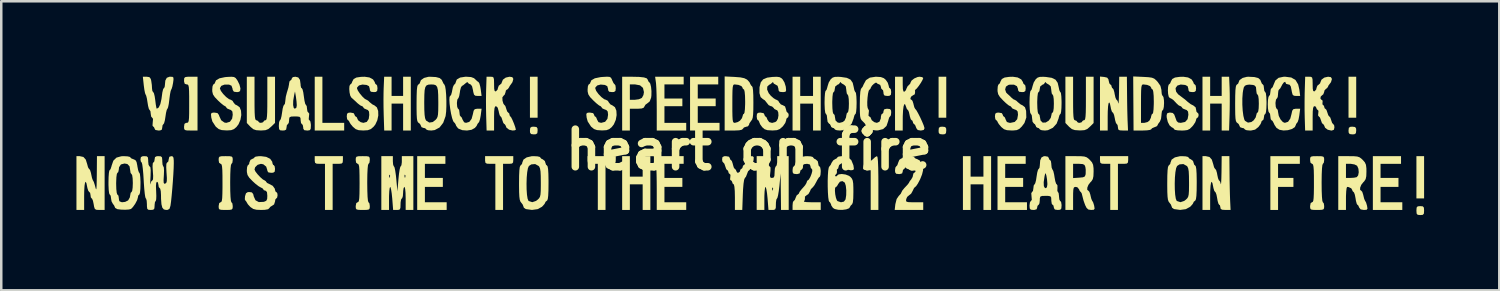
<source format=kicad_pcb>
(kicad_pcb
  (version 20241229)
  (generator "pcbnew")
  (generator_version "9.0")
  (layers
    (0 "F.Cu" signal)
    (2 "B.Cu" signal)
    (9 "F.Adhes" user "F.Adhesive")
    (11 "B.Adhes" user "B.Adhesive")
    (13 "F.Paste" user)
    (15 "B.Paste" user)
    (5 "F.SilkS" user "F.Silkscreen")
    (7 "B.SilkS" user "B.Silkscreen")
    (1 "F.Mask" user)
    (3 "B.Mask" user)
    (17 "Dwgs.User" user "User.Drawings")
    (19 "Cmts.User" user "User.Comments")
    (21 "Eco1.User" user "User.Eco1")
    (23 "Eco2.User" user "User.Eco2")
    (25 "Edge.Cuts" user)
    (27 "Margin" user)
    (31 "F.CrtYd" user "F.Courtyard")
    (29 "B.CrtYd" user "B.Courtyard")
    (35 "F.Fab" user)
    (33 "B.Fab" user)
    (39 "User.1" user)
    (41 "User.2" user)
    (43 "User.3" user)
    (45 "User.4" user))
  (footprint "heart on fire"
    (layer "F.Cu")
    (at 26.831 2.924)
    (property "Reference" "heart on fire" (at 0 0 0) (layer "F.SilkS") (effects (font (size 1.5 1.5) (thickness 0.3))))
    (attr board_only exclude_from_pos_files exclude_from_bom)
    (fp_poly (pts (xy -8.433 -2.095) (xy -8.433 -1.278) (xy -8.586 -1.278) (xy -8.739 -1.278) (xy -8.739 -2.095) (xy -8.739 -2.913) (xy -8.586 -2.913) (xy -8.433 -2.913)) (stroke (width 0) (type solid)) (fill yes) (layer "F.SilkS"))
    (fp_poly (pts (xy 7.87 -2.095) (xy 7.87 -1.278) (xy 7.717 -1.278) (xy 7.564 -1.278) (xy 7.564 -2.095) (xy 7.564 -2.913) (xy 7.717 -2.913) (xy 7.87 -2.913)) (stroke (width 0) (type solid)) (fill yes) (layer "F.SilkS"))
    (fp_poly (pts (xy 24.225 -2.095) (xy 24.225 -1.278) (xy 24.071 -1.278) (xy 23.918 -1.278) (xy 23.918 -2.095) (xy 23.918 -2.913) (xy 24.071 -2.913) (xy 24.225 -2.913)) (stroke (width 0) (type solid)) (fill yes) (layer "F.SilkS"))
    (fp_poly (pts (xy 26.933 1.099) (xy 26.933 1.942) (xy 26.78 1.942) (xy 26.627 1.942) (xy 26.627 1.099) (xy 26.627 0.256) (xy 26.78 0.256) (xy 26.933 0.256)) (stroke (width 0) (type solid)) (fill yes) (layer "F.SilkS"))
    (fp_poly (pts (xy -17.019 -1.993) (xy -17.019 -1.073) (xy -16.584 -1.073) (xy -16.15 -1.073) (xy -16.15 -0.92) (xy -16.15 -0.767) (xy -16.737 -0.767) (xy -17.325 -0.767) (xy -17.325 -1.84) (xy -17.325 -2.913) (xy -17.172 -2.913) (xy -17.019 -2.913)) (stroke (width 0) (type solid)) (fill yes) (layer "F.SilkS"))
    (fp_poly (pts (xy -8.477 -0.907) (xy -8.437 -0.848) (xy -8.433 -0.767) (xy -8.445 -0.658) (xy -8.505 -0.618) (xy -8.586 -0.613) (xy -8.695 -0.626) (xy -8.735 -0.686) (xy -8.739 -0.767) (xy -8.727 -0.875) (xy -8.667 -0.915) (xy -8.586 -0.92)) (stroke (width 0) (type solid)) (fill yes) (layer "F.SilkS"))
    (fp_poly (pts (xy 7.826 -0.907) (xy 7.866 -0.848) (xy 7.87 -0.767) (xy 7.858 -0.658) (xy 7.798 -0.618) (xy 7.717 -0.613) (xy 7.609 -0.626) (xy 7.568 -0.686) (xy 7.564 -0.767) (xy 7.576 -0.875) (xy 7.636 -0.915) (xy 7.717 -0.92)) (stroke (width 0) (type solid)) (fill yes) (layer "F.SilkS"))
    (fp_poly (pts (xy 24.18 -0.907) (xy 24.22 -0.848) (xy 24.225 -0.767) (xy 24.212 -0.658) (xy 24.152 -0.618) (xy 24.071 -0.613) (xy 23.963 -0.626) (xy 23.923 -0.686) (xy 23.918 -0.767) (xy 23.931 -0.875) (xy 23.99 -0.915) (xy 24.071 -0.92)) (stroke (width 0) (type solid)) (fill yes) (layer "F.SilkS"))
    (fp_poly (pts (xy 26.883 2.259) (xy 26.925 2.309) (xy 26.933 2.428) (xy 26.925 2.548) (xy 26.881 2.597) (xy 26.78 2.606) (xy 26.677 2.596) (xy 26.635 2.546) (xy 26.627 2.428) (xy 26.635 2.307) (xy 26.678 2.258) (xy 26.78 2.249)) (stroke (width 0) (type solid)) (fill yes) (layer "F.SilkS"))
    (fp_poly (pts (xy -16.201 0.409) (xy -16.209 0.507) (xy -16.253 0.551) (xy -16.361 0.562) (xy -16.405 0.562) (xy -16.61 0.562) (xy -16.61 1.482) (xy -16.61 2.402) (xy -16.763 2.402) (xy -16.916 2.402) (xy -16.916 1.482) (xy -16.916 0.562) (xy -17.121 0.562) (xy -17.252 0.556) (xy -17.31 0.523) (xy -17.325 0.442) (xy -17.325 0.409) (xy -17.325 0.256) (xy -16.763 0.256) (xy -16.201 0.256)) (stroke (width 0) (type solid)) (fill yes) (layer "F.SilkS"))
    (fp_poly (pts (xy -9.404 0.409) (xy -9.412 0.507) (xy -9.455 0.551) (xy -9.564 0.562) (xy -9.608 0.562) (xy -9.812 0.562) (xy -9.812 1.482) (xy -9.812 2.402) (xy -9.966 2.402) (xy -10.119 2.402) (xy -10.119 1.482) (xy -10.119 0.562) (xy -10.324 0.562) (xy -10.455 0.556) (xy -10.513 0.523) (xy -10.528 0.442) (xy -10.528 0.409) (xy -10.528 0.256) (xy -9.966 0.256) (xy -9.404 0.256)) (stroke (width 0) (type solid)) (fill yes) (layer "F.SilkS"))
    (fp_poly (pts (xy -5.315 0.409) (xy -5.323 0.507) (xy -5.367 0.551) (xy -5.476 0.562) (xy -5.52 0.562) (xy -5.724 0.562) (xy -5.724 1.482) (xy -5.724 2.402) (xy -5.877 2.402) (xy -6.031 2.402) (xy -6.031 1.482) (xy -6.031 0.562) (xy -6.235 0.562) (xy -6.366 0.556) (xy -6.424 0.523) (xy -6.439 0.442) (xy -6.439 0.409) (xy -6.439 0.256) (xy -5.877 0.256) (xy -5.315 0.256)) (stroke (width 0) (type solid)) (fill yes) (layer "F.SilkS"))
    (fp_poly (pts (xy 15.128 0.409) (xy 15.119 0.507) (xy 15.076 0.551) (xy 14.967 0.562) (xy 14.923 0.562) (xy 14.719 0.562) (xy 14.719 1.482) (xy 14.719 2.402) (xy 14.565 2.402) (xy 14.412 2.402) (xy 14.412 1.482) (xy 14.412 0.562) (xy 14.208 0.562) (xy 14.077 0.556) (xy 14.018 0.523) (xy 14.004 0.442) (xy 14.003 0.409) (xy 14.003 0.256) (xy 14.565 0.256) (xy 15.128 0.256)) (stroke (width 0) (type solid)) (fill yes) (layer "F.SilkS"))
    (fp_poly (pts (xy 21.976 0.409) (xy 21.976 0.562) (xy 21.541 0.562) (xy 21.107 0.562) (xy 21.107 0.843) (xy 21.107 1.124) (xy 21.414 1.124) (xy 21.72 1.124) (xy 21.72 1.303) (xy 21.72 1.482) (xy 21.414 1.482) (xy 21.107 1.482) (xy 21.107 1.942) (xy 21.107 2.402) (xy 20.954 2.402) (xy 20.8 2.402) (xy 20.8 1.329) (xy 20.8 0.256) (xy 21.388 0.256) (xy 21.976 0.256)) (stroke (width 0) (type solid)) (fill yes) (layer "F.SilkS"))
    (fp_poly (pts (xy 5.129 0.307) (xy 5.145 0.459) (xy 5.155 0.714) (xy 5.161 1.069) (xy 5.162 1.329) (xy 5.162 2.402) (xy 5.008 2.402) (xy 4.855 2.402) (xy 4.855 1.61) (xy 4.855 0.818) (xy 4.702 0.818) (xy 4.582 0.796) (xy 4.548 0.745) (xy 4.58 0.596) (xy 4.667 0.518) (xy 4.714 0.511) (xy 4.819 0.475) (xy 4.931 0.389) (xy 4.936 0.383) (xy 5.031 0.296) (xy 5.104 0.256) (xy 5.108 0.256)) (stroke (width 0) (type solid)) (fill yes) (layer "F.SilkS"))
    (fp_poly (pts (xy -12.112 0.409) (xy -12.112 0.562) (xy -12.521 0.562) (xy -12.93 0.562) (xy -12.93 0.843) (xy -12.93 1.124) (xy -12.572 1.124) (xy -12.214 1.124) (xy -12.214 1.303) (xy -12.214 1.482) (xy -12.572 1.482) (xy -12.93 1.482) (xy -12.93 1.789) (xy -12.93 2.095) (xy -12.496 2.095) (xy -12.061 2.095) (xy -12.061 2.249) (xy -12.061 2.402) (xy -12.649 2.402) (xy -13.237 2.402) (xy -13.237 1.329) (xy -13.237 0.256) (xy -12.674 0.256) (xy -12.112 0.256)) (stroke (width 0) (type solid)) (fill yes) (layer "F.SilkS"))
    (fp_poly (pts (xy -4.753 0.664) (xy -4.753 1.073) (xy -4.497 1.073) (xy -4.242 1.073) (xy -4.242 0.664) (xy -4.242 0.256) (xy -4.089 0.256) (xy -3.935 0.256) (xy -3.935 1.329) (xy -3.935 2.402) (xy -4.089 2.402) (xy -4.242 2.402) (xy -4.242 1.891) (xy -4.242 1.38) (xy -4.497 1.38) (xy -4.753 1.38) (xy -4.753 1.891) (xy -4.753 2.402) (xy -4.906 2.402) (xy -5.06 2.402) (xy -5.06 1.329) (xy -5.06 0.256) (xy -4.906 0.256) (xy -4.753 0.256)) (stroke (width 0) (type solid)) (fill yes) (layer "F.SilkS"))
    (fp_poly (pts (xy -1.227 -2.76) (xy -1.227 -2.606) (xy -1.635 -2.606) (xy -2.044 -2.606) (xy -2.044 -2.325) (xy -2.044 -2.044) (xy -1.687 -2.044) (xy -1.329 -2.044) (xy -1.329 -1.891) (xy -1.329 -1.738) (xy -1.687 -1.738) (xy -2.044 -1.738) (xy -2.044 -1.405) (xy -2.044 -1.073) (xy -1.61 -1.073) (xy -1.175 -1.073) (xy -1.175 -0.92) (xy -1.175 -0.767) (xy -1.763 -0.767) (xy -2.351 -0.767) (xy -2.351 -1.84) (xy -2.351 -2.913) (xy -1.789 -2.913) (xy -1.227 -2.913)) (stroke (width 0) (type solid)) (fill yes) (layer "F.SilkS"))
    (fp_poly (pts (xy 2.044 -2.53) (xy 2.044 -2.146) (xy 2.3 -2.146) (xy 2.555 -2.146) (xy 2.555 -2.53) (xy 2.555 -2.913) (xy 2.709 -2.913) (xy 2.862 -2.913) (xy 2.862 -1.84) (xy 2.862 -0.767) (xy 2.709 -0.767) (xy 2.555 -0.767) (xy 2.555 -1.303) (xy 2.555 -1.84) (xy 2.3 -1.84) (xy 2.044 -1.84) (xy 2.044 -1.303) (xy 2.044 -0.767) (xy 1.891 -0.767) (xy 1.738 -0.767) (xy 1.738 -1.84) (xy 1.738 -2.913) (xy 1.891 -2.913) (xy 2.044 -2.913)) (stroke (width 0) (type solid)) (fill yes) (layer "F.SilkS"))
    (fp_poly (pts (xy 8.841 0.664) (xy 8.841 1.073) (xy 9.097 1.073) (xy 9.353 1.073) (xy 9.353 0.664) (xy 9.353 0.256) (xy 9.506 0.256) (xy 9.659 0.256) (xy 9.659 1.329) (xy 9.659 2.402) (xy 9.506 2.402) (xy 9.353 2.402) (xy 9.353 1.891) (xy 9.353 1.38) (xy 9.097 1.38) (xy 8.841 1.38) (xy 8.841 1.891) (xy 8.841 2.402) (xy 8.688 2.402) (xy 8.535 2.402) (xy 8.535 1.329) (xy 8.535 0.256) (xy 8.688 0.256) (xy 8.841 0.256)) (stroke (width 0) (type solid)) (fill yes) (layer "F.SilkS"))
    (fp_poly (pts (xy 11.039 0.409) (xy 11.039 0.562) (xy 10.63 0.562) (xy 10.221 0.562) (xy 10.221 0.843) (xy 10.221 1.124) (xy 10.579 1.124) (xy 10.937 1.124) (xy 10.937 1.303) (xy 10.937 1.482) (xy 10.579 1.482) (xy 10.221 1.482) (xy 10.221 1.789) (xy 10.221 2.095) (xy 10.656 2.095) (xy 11.09 2.095) (xy 11.09 2.249) (xy 11.09 2.402) (xy 10.502 2.402) (xy 9.915 2.402) (xy 9.915 1.329) (xy 9.915 0.256) (xy 10.477 0.256) (xy 11.039 0.256)) (stroke (width 0) (type solid)) (fill yes) (layer "F.SilkS"))
    (fp_poly (pts (xy 26.013 0.409) (xy 26.013 0.562) (xy 25.604 0.562) (xy 25.196 0.562) (xy 25.196 0.843) (xy 25.196 1.124) (xy 25.553 1.124) (xy 25.911 1.124) (xy 25.911 1.303) (xy 25.911 1.482) (xy 25.553 1.482) (xy 25.196 1.482) (xy 25.196 1.789) (xy 25.196 2.095) (xy 25.63 2.095) (xy 26.064 2.095) (xy 26.064 2.249) (xy 26.064 2.402) (xy 25.477 2.402) (xy 24.889 2.402) (xy 24.889 1.329) (xy 24.889 0.256) (xy 25.451 0.256) (xy 26.013 0.256)) (stroke (width 0) (type solid)) (fill yes) (layer "F.SilkS"))
    (fp_poly (pts (xy -14.259 -2.53) (xy -14.259 -2.146) (xy -14.029 -2.146) (xy -13.799 -2.146) (xy -13.799 -2.53) (xy -13.799 -2.913) (xy -13.645 -2.913) (xy -13.492 -2.913) (xy -13.492 -1.84) (xy -13.492 -0.767) (xy -13.645 -0.767) (xy -13.799 -0.767) (xy -13.799 -1.303) (xy -13.799 -1.84) (xy -14.029 -1.84) (xy -14.259 -1.84) (xy -14.259 -1.303) (xy -14.259 -0.767) (xy -14.406 -0.767) (xy -14.553 -0.767) (xy -14.573 -1.393) (xy -14.58 -1.692) (xy -14.582 -2.008) (xy -14.579 -2.297) (xy -14.574 -2.466) (xy -14.555 -2.913) (xy -14.407 -2.913) (xy -14.259 -2.913)) (stroke (width 0) (type solid)) (fill yes) (layer "F.SilkS"))
    (fp_poly (pts (xy 18.398 -2.53) (xy 18.398 -2.146) (xy 18.628 -2.146) (xy 18.858 -2.146) (xy 18.858 -2.53) (xy 18.858 -2.913) (xy 19.006 -2.913) (xy 19.155 -2.913) (xy 19.174 -2.466) (xy 19.18 -2.224) (xy 19.181 -1.924) (xy 19.178 -1.608) (xy 19.173 -1.393) (xy 19.153 -0.767) (xy 19.006 -0.767) (xy 18.858 -0.767) (xy 18.858 -1.303) (xy 18.858 -1.84) (xy 18.628 -1.84) (xy 18.398 -1.84) (xy 18.398 -1.303) (xy 18.398 -0.767) (xy 18.245 -0.767) (xy 18.092 -0.767) (xy 18.092 -1.84) (xy 18.092 -2.913) (xy 18.245 -2.913) (xy 18.398 -2.913)) (stroke (width 0) (type solid)) (fill yes) (layer "F.SilkS"))
    (fp_poly (pts (xy -2.606 -2.76) (xy -2.606 -2.606) (xy -2.99 -2.606) (xy -3.373 -2.606) (xy -3.373 -2.325) (xy -3.373 -2.044) (xy -3.015 -2.044) (xy -2.658 -2.044) (xy -2.658 -1.891) (xy -2.658 -1.738) (xy -3.015 -1.738) (xy -3.373 -1.738) (xy -3.373 -1.405) (xy -3.373 -1.073) (xy -2.939 -1.073) (xy -2.504 -1.073) (xy -2.504 -0.92) (xy -2.504 -0.767) (xy -3.092 -0.767) (xy -3.68 -0.767) (xy -3.68 -1.603) (xy -3.682 -1.905) (xy -3.687 -2.191) (xy -3.695 -2.435) (xy -3.706 -2.614) (xy -3.712 -2.676) (xy -3.745 -2.913) (xy -3.176 -2.913) (xy -2.606 -2.913)) (stroke (width 0) (type solid)) (fill yes) (layer "F.SilkS"))
    (fp_poly (pts (xy -2.606 0.409) (xy -2.606 0.562) (xy -2.99 0.562) (xy -3.373 0.562) (xy -3.373 0.843) (xy -3.373 1.124) (xy -3.015 1.124) (xy -2.658 1.124) (xy -2.658 1.303) (xy -2.658 1.482) (xy -3.015 1.482) (xy -3.373 1.482) (xy -3.373 1.789) (xy -3.373 2.095) (xy -2.939 2.095) (xy -2.504 2.095) (xy -2.504 2.249) (xy -2.504 2.402) (xy -3.092 2.402) (xy -3.68 2.402) (xy -3.68 1.566) (xy -3.682 1.263) (xy -3.687 0.978) (xy -3.695 0.734) (xy -3.706 0.555) (xy -3.712 0.493) (xy -3.745 0.256) (xy -3.176 0.256) (xy -2.606 0.256)) (stroke (width 0) (type solid)) (fill yes) (layer "F.SilkS"))
    (fp_poly (pts (xy -22.001 -1.84) (xy -22.001 -0.767) (xy -22.27 -0.767) (xy -22.426 -0.77) (xy -22.505 -0.788) (xy -22.534 -0.837) (xy -22.538 -0.92) (xy -22.522 -1.032) (xy -22.462 -1.072) (xy -22.436 -1.073) (xy -22.397 -1.078) (xy -22.369 -1.103) (xy -22.351 -1.164) (xy -22.34 -1.275) (xy -22.335 -1.452) (xy -22.334 -1.71) (xy -22.334 -1.84) (xy -22.334 -2.134) (xy -22.338 -2.342) (xy -22.346 -2.478) (xy -22.361 -2.557) (xy -22.384 -2.595) (xy -22.418 -2.606) (xy -22.436 -2.606) (xy -22.511 -2.631) (xy -22.537 -2.72) (xy -22.538 -2.76) (xy -22.533 -2.849) (xy -22.5 -2.894) (xy -22.415 -2.911) (xy -22.27 -2.913) (xy -22.001 -2.913)) (stroke (width 0) (type solid)) (fill yes) (layer "F.SilkS"))
    (fp_poly (pts (xy -19.727 -2.044) (xy -19.726 -1.722) (xy -19.722 -1.489) (xy -19.713 -1.331) (xy -19.699 -1.235) (xy -19.678 -1.188) (xy -19.651 -1.175) (xy -19.582 -1.148) (xy -19.574 -1.124) (xy -19.531 -1.083) (xy -19.472 -1.073) (xy -19.389 -1.095) (xy -19.369 -1.124) (xy -19.328 -1.17) (xy -19.293 -1.175) (xy -19.264 -1.189) (xy -19.244 -1.237) (xy -19.23 -1.335) (xy -19.221 -1.494) (xy -19.217 -1.73) (xy -19.216 -2.044) (xy -19.216 -2.913) (xy -19.063 -2.913) (xy -18.909 -2.913) (xy -18.909 -1.991) (xy -18.909 -1.07) (xy -19.065 -0.918) (xy -19.177 -0.825) (xy -19.291 -0.78) (xy -19.454 -0.769) (xy -19.486 -0.769) (xy -19.661 -0.78) (xy -19.778 -0.821) (xy -19.881 -0.907) (xy -19.893 -0.919) (xy -20.034 -1.067) (xy -20.034 -1.99) (xy -20.034 -2.913) (xy -19.88 -2.913) (xy -19.727 -2.913)) (stroke (width 0) (type solid)) (fill yes) (layer "F.SilkS"))
    (fp_poly (pts (xy 12.93 -2.044) (xy 12.931 -1.722) (xy 12.935 -1.489) (xy 12.944 -1.331) (xy 12.958 -1.235) (xy 12.979 -1.188) (xy 13.007 -1.175) (xy 13.075 -1.148) (xy 13.083 -1.124) (xy 13.126 -1.083) (xy 13.186 -1.073) (xy 13.269 -1.095) (xy 13.288 -1.124) (xy 13.329 -1.17) (xy 13.364 -1.175) (xy 13.393 -1.189) (xy 13.413 -1.237) (xy 13.427 -1.335) (xy 13.436 -1.494) (xy 13.44 -1.73) (xy 13.441 -2.044) (xy 13.441 -2.913) (xy 13.594 -2.913) (xy 13.748 -2.913) (xy 13.748 -1.989) (xy 13.748 -1.065) (xy 13.598 -0.916) (xy 13.493 -0.826) (xy 13.385 -0.782) (xy 13.231 -0.771) (xy 13.177 -0.772) (xy 12.999 -0.784) (xy 12.88 -0.825) (xy 12.777 -0.91) (xy 12.764 -0.923) (xy 12.623 -1.069) (xy 12.623 -1.991) (xy 12.623 -2.913) (xy 12.777 -2.913) (xy 12.93 -2.913)) (stroke (width 0) (type solid)) (fill yes) (layer "F.SilkS"))
    (fp_poly (pts (xy -4.663 -2.912) (xy -4.381 -2.906) (xy -4.189 -2.885) (xy -4.078 -2.848) (xy -4.038 -2.793) (xy -4.037 -2.784) (xy -4.002 -2.71) (xy -3.983 -2.699) (xy -3.939 -2.637) (xy -3.907 -2.506) (xy -3.891 -2.337) (xy -3.894 -2.162) (xy -3.905 -2.076) (xy -3.96 -1.929) (xy -4.037 -1.866) (xy -4.133 -1.794) (xy -4.166 -1.735) (xy -4.202 -1.676) (xy -4.281 -1.646) (xy -4.428 -1.636) (xy -4.475 -1.635) (xy -4.753 -1.635) (xy -4.753 -1.201) (xy -4.753 -0.767) (xy -4.906 -0.767) (xy -5.06 -0.767) (xy -5.06 -1.84) (xy -5.06 -2.606) (xy -4.753 -2.606) (xy -4.753 -2.3) (xy -4.753 -1.993) (xy -4.552 -1.993) (xy -4.394 -2.014) (xy -4.279 -2.066) (xy -4.271 -2.073) (xy -4.211 -2.183) (xy -4.191 -2.3) (xy -4.23 -2.468) (xy -4.348 -2.57) (xy -4.543 -2.606) (xy -4.552 -2.606) (xy -4.753 -2.606) (xy -5.06 -2.606) (xy -5.06 -2.913)) (stroke (width 0) (type solid)) (fill yes) (layer "F.SilkS"))
    (fp_poly (pts (xy -20.716 0.258) (xy -20.633 0.275) (xy -20.601 0.32) (xy -20.596 0.407) (xy -20.596 0.409) (xy -20.611 0.517) (xy -20.646 0.562) (xy -20.647 0.562) (xy -20.668 0.612) (xy -20.684 0.755) (xy -20.694 0.982) (xy -20.698 1.286) (xy -20.698 1.329) (xy -20.695 1.641) (xy -20.685 1.879) (xy -20.67 2.033) (xy -20.65 2.095) (xy -20.647 2.095) (xy -20.611 2.14) (xy -20.596 2.247) (xy -20.596 2.249) (xy -20.601 2.336) (xy -20.632 2.382) (xy -20.714 2.399) (xy -20.873 2.402) (xy -20.877 2.402) (xy -21.038 2.399) (xy -21.121 2.383) (xy -21.153 2.338) (xy -21.158 2.251) (xy -21.158 2.249) (xy -21.135 2.127) (xy -21.081 2.095) (xy -21.051 2.081) (xy -21.03 2.03) (xy -21.016 1.928) (xy -21.009 1.759) (xy -21.005 1.511) (xy -21.005 1.329) (xy -21.006 1.029) (xy -21.011 0.817) (xy -21.022 0.678) (xy -21.038 0.6) (xy -21.063 0.566) (xy -21.081 0.562) (xy -21.142 0.516) (xy -21.158 0.409) (xy -21.153 0.321) (xy -21.122 0.276) (xy -21.04 0.258) (xy -20.881 0.256) (xy -20.877 0.256)) (stroke (width 0) (type solid)) (fill yes) (layer "F.SilkS"))
    (fp_poly (pts (xy -15.248 0.258) (xy -15.164 0.275) (xy -15.133 0.32) (xy -15.128 0.407) (xy -15.128 0.409) (xy -15.142 0.517) (xy -15.178 0.562) (xy -15.179 0.562) (xy -15.2 0.612) (xy -15.215 0.755) (xy -15.226 0.982) (xy -15.23 1.286) (xy -15.23 1.329) (xy -15.226 1.641) (xy -15.217 1.879) (xy -15.202 2.033) (xy -15.182 2.095) (xy -15.179 2.095) (xy -15.143 2.14) (xy -15.128 2.247) (xy -15.128 2.249) (xy -15.132 2.336) (xy -15.163 2.382) (xy -15.246 2.399) (xy -15.404 2.402) (xy -15.409 2.402) (xy -15.569 2.399) (xy -15.653 2.383) (xy -15.685 2.338) (xy -15.69 2.251) (xy -15.69 2.249) (xy -15.667 2.127) (xy -15.613 2.095) (xy -15.583 2.081) (xy -15.562 2.03) (xy -15.548 1.928) (xy -15.54 1.759) (xy -15.537 1.511) (xy -15.536 1.329) (xy -15.538 1.029) (xy -15.543 0.817) (xy -15.553 0.678) (xy -15.57 0.6) (xy -15.595 0.566) (xy -15.613 0.562) (xy -15.674 0.516) (xy -15.69 0.409) (xy -15.685 0.321) (xy -15.654 0.276) (xy -15.572 0.258) (xy -15.413 0.256) (xy -15.409 0.256)) (stroke (width 0) (type solid)) (fill yes) (layer "F.SilkS"))
    (fp_poly (pts (xy 22.826 0.258) (xy 22.91 0.275) (xy 22.942 0.32) (xy 22.947 0.407) (xy 22.947 0.409) (xy 22.932 0.517) (xy 22.896 0.562) (xy 22.896 0.562) (xy 22.875 0.612) (xy 22.859 0.755) (xy 22.849 0.982) (xy 22.845 1.286) (xy 22.845 1.329) (xy 22.848 1.641) (xy 22.858 1.879) (xy 22.873 2.033) (xy 22.893 2.095) (xy 22.896 2.095) (xy 22.932 2.14) (xy 22.947 2.247) (xy 22.947 2.249) (xy 22.942 2.336) (xy 22.911 2.382) (xy 22.829 2.399) (xy 22.67 2.402) (xy 22.666 2.402) (xy 22.505 2.399) (xy 22.421 2.383) (xy 22.39 2.338) (xy 22.385 2.251) (xy 22.385 2.249) (xy 22.408 2.127) (xy 22.461 2.095) (xy 22.491 2.081) (xy 22.513 2.03) (xy 22.526 1.928) (xy 22.534 1.759) (xy 22.538 1.511) (xy 22.538 1.329) (xy 22.537 1.029) (xy 22.532 0.817) (xy 22.521 0.678) (xy 22.504 0.6) (xy 22.48 0.566) (xy 22.461 0.562) (xy 22.401 0.516) (xy 22.385 0.409) (xy 22.389 0.321) (xy 22.42 0.276) (xy 22.503 0.258) (xy 22.661 0.256) (xy 22.666 0.256)) (stroke (width 0) (type solid)) (fill yes) (layer "F.SilkS"))
    (fp_poly (pts (xy -26.554 0.288) (xy -26.459 0.393) (xy -26.402 0.576) (xy -26.369 0.699) (xy -26.331 0.763) (xy -26.322 0.767) (xy -26.288 0.812) (xy -26.253 0.926) (xy -26.241 0.984) (xy -26.211 1.123) (xy -26.179 1.213) (xy -26.169 1.227) (xy -26.137 1.288) (xy -26.097 1.413) (xy -26.079 1.482) (xy -26.058 1.56) (xy -26.043 1.58) (xy -26.033 1.534) (xy -26.026 1.41) (xy -26.022 1.201) (xy -26.019 0.984) (xy -26.013 0.256) (xy -25.86 0.256) (xy -25.707 0.256) (xy -25.707 1.329) (xy -25.707 2.402) (xy -25.908 2.402) (xy -26.032 2.397) (xy -26.096 2.364) (xy -26.127 2.274) (xy -26.144 2.172) (xy -26.173 2.035) (xy -26.208 1.953) (xy -26.224 1.942) (xy -26.258 1.898) (xy -26.269 1.814) (xy -26.286 1.718) (xy -26.319 1.687) (xy -26.358 1.641) (xy -26.394 1.528) (xy -26.403 1.482) (xy -26.434 1.332) (xy -26.464 1.278) (xy -26.489 1.316) (xy -26.509 1.439) (xy -26.521 1.642) (xy -26.524 1.84) (xy -26.524 2.402) (xy -26.678 2.402) (xy -26.831 2.402) (xy -26.831 1.329) (xy -26.831 0.256) (xy -26.7 0.256)) (stroke (width 0) (type solid)) (fill yes) (layer "F.SilkS"))
    (fp_poly (pts (xy 18.369 0.288) (xy 18.464 0.393) (xy 18.521 0.576) (xy 18.554 0.699) (xy 18.593 0.763) (xy 18.602 0.767) (xy 18.636 0.812) (xy 18.67 0.927) (xy 18.682 0.997) (xy 18.711 1.133) (xy 18.744 1.216) (xy 18.759 1.227) (xy 18.796 1.271) (xy 18.822 1.367) (xy 18.83 1.374) (xy 18.838 1.293) (xy 18.845 1.138) (xy 18.85 0.922) (xy 18.851 0.882) (xy 18.858 0.256) (xy 19.012 0.256) (xy 19.165 0.256) (xy 19.171 0.933) (xy 19.174 1.231) (xy 19.18 1.535) (xy 19.187 1.809) (xy 19.194 2.006) (xy 19.213 2.402) (xy 19.01 2.402) (xy 18.877 2.393) (xy 18.818 2.358) (xy 18.807 2.3) (xy 18.788 2.217) (xy 18.761 2.198) (xy 18.728 2.152) (xy 18.695 2.035) (xy 18.679 1.942) (xy 18.651 1.797) (xy 18.618 1.704) (xy 18.599 1.687) (xy 18.563 1.641) (xy 18.529 1.529) (xy 18.52 1.482) (xy 18.489 1.332) (xy 18.459 1.278) (xy 18.433 1.316) (xy 18.413 1.439) (xy 18.401 1.642) (xy 18.398 1.84) (xy 18.398 2.402) (xy 18.245 2.402) (xy 18.092 2.402) (xy 18.092 1.329) (xy 18.092 0.256) (xy 18.223 0.256)) (stroke (width 0) (type solid)) (fill yes) (layer "F.SilkS"))
    (fp_poly (pts (xy 14.169 -2.904) (xy 14.289 -2.877) (xy 14.34 -2.809) (xy 14.352 -2.747) (xy 14.378 -2.645) (xy 14.415 -2.606) (xy 14.458 -2.565) (xy 14.463 -2.53) (xy 14.488 -2.462) (xy 14.508 -2.453) (xy 14.542 -2.408) (xy 14.576 -2.292) (xy 14.588 -2.223) (xy 14.618 -2.086) (xy 14.652 -2.004) (xy 14.667 -1.993) (xy 14.706 -1.949) (xy 14.733 -1.853) (xy 14.742 -1.845) (xy 14.75 -1.925) (xy 14.757 -2.079) (xy 14.762 -2.292) (xy 14.762 -2.313) (xy 14.77 -2.913) (xy 14.923 -2.913) (xy 15.076 -2.913) (xy 15.083 -2.21) (xy 15.086 -1.912) (xy 15.091 -1.612) (xy 15.098 -1.345) (xy 15.104 -1.145) (xy 15.105 -1.137) (xy 15.121 -0.767) (xy 14.92 -0.767) (xy 14.789 -0.774) (xy 14.732 -0.808) (xy 14.719 -0.887) (xy 14.719 -0.894) (xy 14.703 -0.99) (xy 14.673 -1.022) (xy 14.64 -1.068) (xy 14.606 -1.183) (xy 14.594 -1.252) (xy 14.564 -1.389) (xy 14.528 -1.471) (xy 14.512 -1.482) (xy 14.475 -1.527) (xy 14.44 -1.64) (xy 14.432 -1.687) (xy 14.4 -1.837) (xy 14.37 -1.89) (xy 14.345 -1.853) (xy 14.325 -1.73) (xy 14.313 -1.527) (xy 14.31 -1.329) (xy 14.31 -0.767) (xy 14.157 -0.767) (xy 14.003 -0.767) (xy 14.003 -1.843) (xy 14.003 -2.92)) (stroke (width 0) (type solid)) (fill yes) (layer "F.SilkS"))
    (fp_poly (pts (xy -0.575 -2.905) (xy -0.343 -2.887) (xy -0.188 -2.854) (xy -0.084 -2.802) (xy -0.064 -2.786) (xy 0.019 -2.695) (xy 0.051 -2.625) (xy 0.092 -2.554) (xy 0.113 -2.543) (xy 0.142 -2.497) (xy 0.161 -2.376) (xy 0.172 -2.17) (xy 0.175 -1.882) (xy 0.173 -1.605) (xy 0.165 -1.412) (xy 0.15 -1.285) (xy 0.124 -1.204) (xy 0.088 -1.154) (xy 0.019 -1.057) (xy 0 -0.993) (xy -0.043 -0.934) (xy -0.104 -0.92) (xy -0.202 -0.887) (xy -0.237 -0.843) (xy -0.282 -0.8) (xy -0.388 -0.776) (xy -0.573 -0.767) (xy -0.619 -0.767) (xy -0.971 -0.767) (xy -0.971 -1.84) (xy -0.664 -1.84) (xy -0.664 -1.545) (xy -0.66 -1.338) (xy -0.652 -1.202) (xy -0.637 -1.123) (xy -0.614 -1.085) (xy -0.579 -1.074) (xy -0.563 -1.073) (xy -0.447 -1.105) (xy -0.358 -1.161) (xy -0.28 -1.261) (xy -0.256 -1.34) (xy -0.232 -1.417) (xy -0.204 -1.431) (xy -0.18 -1.479) (xy -0.163 -1.614) (xy -0.154 -1.82) (xy -0.153 -1.916) (xy -0.158 -2.146) (xy -0.173 -2.31) (xy -0.194 -2.394) (xy -0.204 -2.402) (xy -0.251 -2.443) (xy -0.256 -2.473) (xy -0.302 -2.539) (xy -0.421 -2.588) (xy -0.575 -2.606) (xy -0.609 -2.598) (xy -0.634 -2.563) (xy -0.65 -2.487) (xy -0.659 -2.355) (xy -0.663 -2.151) (xy -0.664 -1.861) (xy -0.664 -1.84) (xy -0.971 -1.84) (xy -0.971 -1.845) (xy -0.971 -2.924)) (stroke (width 0) (type solid)) (fill yes) (layer "F.SilkS"))
    (fp_poly (pts (xy 0.767 0.46) (xy 0.78 0.594) (xy 0.814 0.661) (xy 0.825 0.664) (xy 0.859 0.708) (xy 0.857 0.843) (xy 0.851 0.894) (xy 0.837 1.036) (xy 0.85 1.104) (xy 0.898 1.124) (xy 0.921 1.124) (xy 0.984 1.109) (xy 1.014 1.046) (xy 1.022 0.908) (xy 1.022 0.894) (xy 1.032 0.757) (xy 1.058 0.675) (xy 1.073 0.664) (xy 1.105 0.619) (xy 1.123 0.506) (xy 1.124 0.46) (xy 1.124 0.256) (xy 1.354 0.256) (xy 1.584 0.256) (xy 1.584 1.329) (xy 1.584 2.402) (xy 1.431 2.402) (xy 1.278 2.402) (xy 1.27 1.674) (xy 1.262 0.945) (xy 1.213 1.444) (xy 1.187 1.655) (xy 1.159 1.822) (xy 1.132 1.923) (xy 1.118 1.942) (xy 1.091 1.988) (xy 1.075 2.103) (xy 1.073 2.172) (xy 1.069 2.314) (xy 1.043 2.381) (xy 0.978 2.401) (xy 0.925 2.402) (xy 0.777 2.402) (xy 0.741 1.942) (xy 0.72 1.74) (xy 0.695 1.583) (xy 0.687 1.554) (xy 0.924 1.554) (xy 0.933 1.621) (xy 0.951 1.622) (xy 0.963 1.553) (xy 0.955 1.524) (xy 0.932 1.504) (xy 0.924 1.554) (xy 0.687 1.554) (xy 0.67 1.494) (xy 0.659 1.482) (xy 0.639 1.529) (xy 0.623 1.656) (xy 0.614 1.839) (xy 0.613 1.942) (xy 0.613 2.402) (xy 0.46 2.402) (xy 0.307 2.402) (xy 0.307 1.329) (xy 0.307 0.256) (xy 0.537 0.256) (xy 0.767 0.256)) (stroke (width 0) (type solid)) (fill yes) (layer "F.SilkS"))
    (fp_poly (pts (xy 15.736 -2.906) (xy 15.942 -2.894) (xy 16.076 -2.874) (xy 16.167 -2.837) (xy 16.244 -2.772) (xy 16.3 -2.712) (xy 16.414 -2.55) (xy 16.455 -2.385) (xy 16.456 -2.342) (xy 16.468 -2.217) (xy 16.498 -2.15) (xy 16.507 -2.146) (xy 16.535 -2.1) (xy 16.554 -1.981) (xy 16.559 -1.865) (xy 16.55 -1.711) (xy 16.528 -1.609) (xy 16.507 -1.584) (xy 16.475 -1.539) (xy 16.458 -1.426) (xy 16.456 -1.384) (xy 16.438 -1.234) (xy 16.391 -1.12) (xy 16.38 -1.106) (xy 16.317 -1.022) (xy 16.303 -0.98) (xy 16.26 -0.932) (xy 16.175 -0.899) (xy 16.08 -0.858) (xy 16.047 -0.817) (xy 16.001 -0.792) (xy 15.877 -0.774) (xy 15.7 -0.767) (xy 15.695 -0.767) (xy 15.342 -0.767) (xy 15.34 -1.073) (xy 15.639 -1.073) (xy 15.774 -1.073) (xy 15.901 -1.105) (xy 15.976 -1.163) (xy 16.033 -1.276) (xy 16.046 -1.342) (xy 16.071 -1.417) (xy 16.099 -1.431) (xy 16.123 -1.479) (xy 16.14 -1.614) (xy 16.149 -1.82) (xy 16.15 -1.916) (xy 16.145 -2.146) (xy 16.13 -2.31) (xy 16.109 -2.394) (xy 16.099 -2.402) (xy 16.052 -2.443) (xy 16.047 -2.473) (xy 16.001 -2.539) (xy 15.882 -2.588) (xy 15.728 -2.606) (xy 15.694 -2.598) (xy 15.669 -2.563) (xy 15.653 -2.487) (xy 15.644 -2.355) (xy 15.64 -2.151) (xy 15.639 -1.861) (xy 15.639 -1.84) (xy 15.639 -1.073) (xy 15.34 -1.073) (xy 15.335 -1.845) (xy 15.328 -2.924)) (stroke (width 0) (type solid)) (fill yes) (layer "F.SilkS"))
    (fp_poly (pts (xy 13.245 0.258) (xy 13.381 0.271) (xy 13.473 0.302) (xy 13.55 0.359) (xy 13.598 0.405) (xy 13.683 0.502) (xy 13.728 0.601) (xy 13.746 0.739) (xy 13.748 0.867) (xy 13.741 1.053) (xy 13.716 1.171) (xy 13.661 1.258) (xy 13.62 1.299) (xy 13.541 1.401) (xy 13.497 1.513) (xy 13.495 1.601) (xy 13.541 1.635) (xy 13.58 1.68) (xy 13.618 1.792) (xy 13.625 1.827) (xy 13.657 1.957) (xy 13.691 2.037) (xy 13.698 2.044) (xy 13.733 2.107) (xy 13.769 2.226) (xy 13.771 2.236) (xy 13.788 2.349) (xy 13.757 2.394) (xy 13.656 2.402) (xy 13.65 2.402) (xy 13.54 2.386) (xy 13.468 2.321) (xy 13.412 2.21) (xy 13.35 2.038) (xy 13.306 1.87) (xy 13.302 1.853) (xy 13.273 1.74) (xy 13.239 1.687) (xy 13.236 1.687) (xy 13.194 1.644) (xy 13.171 1.584) (xy 13.102 1.498) (xy 13.037 1.482) (xy 12.986 1.489) (xy 12.955 1.522) (xy 12.938 1.601) (xy 12.931 1.745) (xy 12.93 1.942) (xy 12.93 2.402) (xy 12.777 2.402) (xy 12.623 2.402) (xy 12.623 1.329) (xy 12.623 0.562) (xy 12.93 0.562) (xy 12.93 0.846) (xy 12.93 1.13) (xy 13.173 1.114) (xy 13.321 1.1) (xy 13.395 1.068) (xy 13.425 1.001) (xy 13.432 0.952) (xy 13.434 0.796) (xy 13.419 0.684) (xy 13.385 0.607) (xy 13.316 0.572) (xy 13.18 0.562) (xy 13.159 0.562) (xy 12.93 0.562) (xy 12.623 0.562) (xy 12.623 0.256) (xy 13.036 0.256)) (stroke (width 0) (type solid)) (fill yes) (layer "F.SilkS"))
    (fp_poly (pts (xy -12.492 -2.9) (xy -12.34 -2.86) (xy -12.256 -2.788) (xy -12.235 -2.741) (xy -12.188 -2.641) (xy -12.153 -2.601) (xy -12.123 -2.533) (xy -12.099 -2.388) (xy -12.082 -2.189) (xy -12.073 -1.962) (xy -12.073 -1.731) (xy -12.082 -1.521) (xy -12.102 -1.356) (xy -12.105 -1.339) (xy -12.199 -1.076) (xy -12.345 -0.888) (xy -12.537 -0.785) (xy -12.676 -0.767) (xy -12.804 -0.778) (xy -12.874 -0.807) (xy -12.879 -0.818) (xy -12.922 -0.859) (xy -12.981 -0.869) (xy -13.064 -0.9) (xy -13.083 -0.943) (xy -13.123 -1.027) (xy -13.173 -1.067) (xy -13.208 -1.098) (xy -13.233 -1.154) (xy -13.249 -1.253) (xy -13.258 -1.41) (xy -13.262 -1.643) (xy -13.262 -1.845) (xy -13.262 -1.879) (xy -12.956 -1.879) (xy -12.953 -1.593) (xy -12.942 -1.393) (xy -12.923 -1.261) (xy -12.893 -1.183) (xy -12.879 -1.163) (xy -12.755 -1.084) (xy -12.619 -1.105) (xy -12.508 -1.188) (xy -12.459 -1.245) (xy -12.426 -1.312) (xy -12.407 -1.409) (xy -12.398 -1.558) (xy -12.395 -1.779) (xy -12.395 -1.907) (xy -12.399 -2.186) (xy -12.411 -2.379) (xy -12.44 -2.502) (xy -12.49 -2.57) (xy -12.569 -2.599) (xy -12.674 -2.605) (xy -12.785 -2.598) (xy -12.862 -2.569) (xy -12.912 -2.5) (xy -12.94 -2.378) (xy -12.952 -2.185) (xy -12.956 -1.907) (xy -12.956 -1.879) (xy -13.262 -1.879) (xy -13.259 -2.155) (xy -13.251 -2.375) (xy -13.235 -2.514) (xy -13.212 -2.582) (xy -13.198 -2.594) (xy -13.139 -2.643) (xy -13.134 -2.661) (xy -13.088 -2.777) (xy -12.964 -2.865) (xy -12.789 -2.91) (xy -12.727 -2.912)) (stroke (width 0) (type solid)) (fill yes) (layer "F.SilkS"))
    (fp_poly (pts (xy 24.131 0.258) (xy 24.267 0.271) (xy 24.359 0.302) (xy 24.436 0.359) (xy 24.484 0.405) (xy 24.569 0.502) (xy 24.614 0.601) (xy 24.631 0.739) (xy 24.633 0.867) (xy 24.627 1.053) (xy 24.602 1.171) (xy 24.546 1.258) (xy 24.506 1.299) (xy 24.426 1.401) (xy 24.382 1.513) (xy 24.381 1.601) (xy 24.427 1.635) (xy 24.466 1.68) (xy 24.503 1.792) (xy 24.511 1.827) (xy 24.543 1.957) (xy 24.577 2.037) (xy 24.583 2.044) (xy 24.619 2.107) (xy 24.654 2.226) (xy 24.657 2.236) (xy 24.674 2.349) (xy 24.643 2.394) (xy 24.539 2.402) (xy 24.53 2.402) (xy 24.403 2.381) (xy 24.344 2.309) (xy 24.342 2.3) (xy 24.303 2.217) (xy 24.274 2.198) (xy 24.245 2.152) (xy 24.214 2.035) (xy 24.199 1.942) (xy 24.171 1.797) (xy 24.137 1.704) (xy 24.118 1.687) (xy 24.076 1.645) (xy 24.071 1.615) (xy 24.027 1.539) (xy 23.921 1.489) (xy 23.863 1.482) (xy 23.842 1.529) (xy 23.826 1.656) (xy 23.817 1.839) (xy 23.816 1.942) (xy 23.816 2.402) (xy 23.662 2.402) (xy 23.509 2.402) (xy 23.509 1.329) (xy 23.509 0.562) (xy 23.816 0.562) (xy 23.816 0.843) (xy 23.816 1.124) (xy 23.99 1.124) (xy 24.135 1.116) (xy 24.244 1.094) (xy 24.246 1.093) (xy 24.303 1.023) (xy 24.326 0.898) (xy 24.313 0.759) (xy 24.265 0.648) (xy 24.254 0.635) (xy 24.155 0.586) (xy 24.013 0.562) (xy 23.998 0.562) (xy 23.816 0.562) (xy 23.509 0.562) (xy 23.509 0.256) (xy 23.922 0.256)) (stroke (width 0) (type solid)) (fill yes) (layer "F.SilkS"))
    (fp_poly (pts (xy 6.133 -2.602) (xy 6.139 -2.421) (xy 6.161 -2.329) (xy 6.197 -2.313) (xy 6.259 -2.375) (xy 6.279 -2.432) (xy 6.329 -2.535) (xy 6.368 -2.571) (xy 6.432 -2.637) (xy 6.439 -2.667) (xy 6.483 -2.756) (xy 6.591 -2.843) (xy 6.725 -2.901) (xy 6.805 -2.913) (xy 6.909 -2.897) (xy 6.951 -2.861) (xy 6.924 -2.787) (xy 6.859 -2.672) (xy 6.776 -2.549) (xy 6.697 -2.448) (xy 6.645 -2.402) (xy 6.642 -2.402) (xy 6.62 -2.361) (xy 6.628 -2.305) (xy 6.614 -2.213) (xy 6.546 -2.174) (xy 6.472 -2.123) (xy 6.438 -2.053) (xy 6.455 -2.001) (xy 6.485 -1.993) (xy 6.523 -1.949) (xy 6.559 -1.839) (xy 6.563 -1.818) (xy 6.595 -1.696) (xy 6.63 -1.629) (xy 6.635 -1.626) (xy 6.68 -1.571) (xy 6.749 -1.45) (xy 6.83 -1.291) (xy 6.907 -1.122) (xy 6.969 -0.973) (xy 7 -0.871) (xy 7.002 -0.855) (xy 6.969 -0.788) (xy 6.86 -0.767) (xy 6.849 -0.767) (xy 6.731 -0.787) (xy 6.673 -0.865) (xy 6.665 -0.894) (xy 6.625 -0.99) (xy 6.587 -1.022) (xy 6.547 -1.064) (xy 6.542 -1.099) (xy 6.514 -1.167) (xy 6.491 -1.175) (xy 6.452 -1.221) (xy 6.417 -1.334) (xy 6.408 -1.38) (xy 6.379 -1.508) (xy 6.346 -1.579) (xy 6.336 -1.584) (xy 6.297 -1.628) (xy 6.263 -1.722) (xy 6.227 -1.814) (xy 6.195 -1.814) (xy 6.167 -1.729) (xy 6.146 -1.569) (xy 6.135 -1.344) (xy 6.134 -1.239) (xy 6.133 -0.767) (xy 5.979 -0.767) (xy 5.826 -0.767) (xy 5.826 -1.84) (xy 5.826 -2.913) (xy 5.979 -2.913) (xy 6.133 -2.913)) (stroke (width 0) (type solid)) (fill yes) (layer "F.SilkS"))
    (fp_poly (pts (xy -14.208 0.46) (xy -14.198 0.588) (xy -14.173 0.659) (xy -14.163 0.664) (xy -14.139 0.712) (xy -14.113 0.839) (xy -14.086 1.025) (xy -14.072 1.163) (xy -14.026 1.661) (xy -13.984 1.163) (xy -13.972 1.043) (xy -13.744 1.043) (xy -13.734 1.11) (xy -13.717 1.111) (xy -13.705 1.042) (xy -13.713 1.013) (xy -13.735 0.993) (xy -13.744 1.043) (xy -13.972 1.043) (xy -13.962 0.951) (xy -13.936 0.784) (xy -13.911 0.684) (xy -13.896 0.664) (xy -13.867 0.619) (xy -13.851 0.506) (xy -13.85 0.46) (xy -13.85 0.256) (xy -13.62 0.256) (xy -13.39 0.256) (xy -13.39 1.329) (xy -13.39 2.402) (xy -13.543 2.402) (xy -13.697 2.402) (xy -13.697 1.942) (xy -13.702 1.722) (xy -13.717 1.564) (xy -13.739 1.487) (xy -13.748 1.482) (xy -13.778 1.528) (xy -13.796 1.643) (xy -13.799 1.712) (xy -13.809 1.849) (xy -13.835 1.931) (xy -13.85 1.942) (xy -13.88 1.988) (xy -13.899 2.103) (xy -13.901 2.172) (xy -13.906 2.314) (xy -13.931 2.381) (xy -13.996 2.401) (xy -14.049 2.402) (xy -14.197 2.402) (xy -14.233 1.942) (xy -14.254 1.74) (xy -14.279 1.583) (xy -14.304 1.494) (xy -14.315 1.482) (xy -14.335 1.529) (xy -14.351 1.656) (xy -14.36 1.839) (xy -14.361 1.942) (xy -14.361 2.402) (xy -14.514 2.402) (xy -14.668 2.402) (xy -14.668 1.329) (xy -14.668 1.043) (xy -14.357 1.043) (xy -14.348 1.11) (xy -14.33 1.111) (xy -14.318 1.042) (xy -14.326 1.013) (xy -14.349 0.993) (xy -14.357 1.043) (xy -14.668 1.043) (xy -14.668 0.256) (xy -14.438 0.256) (xy -14.208 0.256)) (stroke (width 0) (type solid)) (fill yes) (layer "F.SilkS"))
    (fp_poly (pts (xy -8.44 0.264) (xy -8.347 0.286) (xy -8.33 0.303) (xy -8.288 0.355) (xy -8.228 0.383) (xy -8.145 0.449) (xy -8.126 0.51) (xy -8.096 0.6) (xy -8.062 0.626) (xy -8.034 0.667) (xy -8.015 0.774) (xy -8.003 0.96) (xy -7.998 1.233) (xy -7.998 1.329) (xy -8.001 1.629) (xy -8.011 1.839) (xy -8.028 1.967) (xy -8.053 2.026) (xy -8.062 2.031) (xy -8.121 2.082) (xy -8.126 2.102) (xy -8.16 2.167) (xy -8.245 2.261) (xy -8.261 2.277) (xy -8.432 2.37) (xy -8.659 2.401) (xy -8.905 2.367) (xy -8.981 2.314) (xy -8.995 2.274) (xy -9.028 2.187) (xy -9.084 2.115) (xy -9.121 2.065) (xy -9.146 1.989) (xy -9.162 1.869) (xy -9.171 1.687) (xy -9.174 1.426) (xy -9.174 1.345) (xy -8.875 1.345) (xy -8.872 1.58) (xy -8.858 1.79) (xy -8.833 1.951) (xy -8.797 2.04) (xy -8.79 2.045) (xy -8.645 2.092) (xy -8.497 2.042) (xy -8.428 1.989) (xy -8.374 1.936) (xy -8.339 1.875) (xy -8.318 1.785) (xy -8.308 1.644) (xy -8.305 1.432) (xy -8.305 1.308) (xy -8.308 1.045) (xy -8.317 0.864) (xy -8.337 0.748) (xy -8.368 0.675) (xy -8.391 0.648) (xy -8.531 0.571) (xy -8.684 0.584) (xy -8.781 0.648) (xy -8.82 0.737) (xy -8.849 0.899) (xy -8.868 1.11) (xy -8.875 1.345) (xy -9.174 1.345) (xy -9.174 1.337) (xy -9.171 1.034) (xy -9.161 0.823) (xy -9.145 0.693) (xy -9.12 0.632) (xy -9.11 0.626) (xy -9.054 0.564) (xy -9.046 0.518) (xy -8.999 0.394) (xy -8.869 0.305) (xy -8.673 0.259) (xy -8.585 0.256)) (stroke (width 0) (type solid)) (fill yes) (layer "F.SilkS"))
    (fp_poly (pts (xy 0.155 0.262) (xy 0.19 0.301) (xy 0.182 0.402) (xy 0.174 0.447) (xy 0.141 0.575) (xy 0.103 0.65) (xy 0.095 0.656) (xy 0.055 0.715) (xy 0.051 0.745) (xy 0.025 0.811) (xy 0.006 0.818) (xy -0.038 0.861) (xy -0.075 0.958) (xy -0.12 1.073) (xy -0.167 1.133) (xy -0.194 1.199) (xy -0.218 1.354) (xy -0.237 1.584) (xy -0.246 1.785) (xy -0.268 2.402) (xy -0.415 2.402) (xy -0.562 2.402) (xy -0.562 1.891) (xy -0.567 1.654) (xy -0.581 1.482) (xy -0.601 1.391) (xy -0.613 1.38) (xy -0.659 1.338) (xy -0.664 1.303) (xy -0.695 1.235) (xy -0.721 1.227) (xy -0.755 1.185) (xy -0.746 1.099) (xy -0.738 1.002) (xy -0.766 0.971) (xy -0.812 0.93) (xy -0.818 0.894) (xy -0.843 0.826) (xy -0.865 0.818) (xy -0.907 0.774) (xy -0.945 0.667) (xy -0.945 0.664) (xy -0.983 0.557) (xy -1.025 0.511) (xy -1.026 0.511) (xy -1.062 0.467) (xy -1.073 0.383) (xy -1.057 0.292) (xy -0.987 0.259) (xy -0.92 0.256) (xy -0.798 0.278) (xy -0.767 0.332) (xy -0.742 0.4) (xy -0.721 0.409) (xy -0.683 0.454) (xy -0.647 0.563) (xy -0.642 0.588) (xy -0.608 0.706) (xy -0.567 0.765) (xy -0.56 0.767) (xy -0.517 0.808) (xy -0.511 0.843) (xy -0.47 0.911) (xy -0.434 0.92) (xy -0.367 0.879) (xy -0.358 0.843) (xy -0.33 0.775) (xy -0.307 0.767) (xy -0.261 0.725) (xy -0.256 0.69) (xy -0.228 0.622) (xy -0.204 0.613) (xy -0.162 0.571) (xy -0.153 0.515) (xy -0.128 0.355) (xy -0.046 0.273) (xy 0.059 0.256)) (stroke (width 0) (type solid)) (fill yes) (layer "F.SilkS"))
    (fp_poly (pts (xy 17.42 0.264) (xy 17.513 0.286) (xy 17.53 0.303) (xy 17.572 0.355) (xy 17.632 0.383) (xy 17.715 0.449) (xy 17.734 0.51) (xy 17.764 0.6) (xy 17.798 0.626) (xy 17.826 0.667) (xy 17.845 0.774) (xy 17.857 0.96) (xy 17.862 1.233) (xy 17.862 1.329) (xy 17.859 1.629) (xy 17.849 1.839) (xy 17.832 1.967) (xy 17.807 2.026) (xy 17.798 2.031) (xy 17.738 2.082) (xy 17.734 2.102) (xy 17.7 2.167) (xy 17.615 2.261) (xy 17.599 2.277) (xy 17.428 2.37) (xy 17.201 2.401) (xy 16.955 2.367) (xy 16.879 2.314) (xy 16.865 2.274) (xy 16.832 2.187) (xy 16.776 2.115) (xy 16.739 2.065) (xy 16.713 1.989) (xy 16.698 1.869) (xy 16.689 1.687) (xy 16.686 1.426) (xy 16.686 1.345) (xy 16.985 1.345) (xy 16.988 1.58) (xy 17.002 1.79) (xy 17.027 1.951) (xy 17.063 2.04) (xy 17.07 2.045) (xy 17.214 2.092) (xy 17.363 2.042) (xy 17.432 1.989) (xy 17.486 1.936) (xy 17.521 1.875) (xy 17.542 1.785) (xy 17.552 1.644) (xy 17.555 1.432) (xy 17.555 1.308) (xy 17.552 1.045) (xy 17.543 0.864) (xy 17.523 0.748) (xy 17.492 0.675) (xy 17.469 0.648) (xy 17.329 0.571) (xy 17.176 0.584) (xy 17.079 0.648) (xy 17.04 0.737) (xy 17.011 0.899) (xy 16.992 1.11) (xy 16.985 1.345) (xy 16.686 1.345) (xy 16.686 1.337) (xy 16.689 1.034) (xy 16.699 0.823) (xy 16.715 0.693) (xy 16.74 0.632) (xy 16.75 0.626) (xy 16.806 0.564) (xy 16.814 0.518) (xy 16.861 0.394) (xy 16.991 0.305) (xy 17.187 0.259) (xy 17.275 0.256)) (stroke (width 0) (type solid)) (fill yes) (layer "F.SilkS"))
    (fp_poly (pts (xy -23.92 -2.897) (xy -23.867 -2.827) (xy -23.848 -2.753) (xy -23.824 -2.585) (xy -23.816 -2.447) (xy -23.802 -2.342) (xy -23.769 -2.3) (xy -23.74 -2.253) (xy -23.71 -2.132) (xy -23.686 -1.968) (xy -23.665 -1.799) (xy -23.643 -1.679) (xy -23.627 -1.635) (xy -23.55 -1.684) (xy -23.485 -1.819) (xy -23.439 -2.026) (xy -23.427 -2.115) (xy -23.404 -2.286) (xy -23.375 -2.407) (xy -23.349 -2.453) (xy -23.314 -2.496) (xy -23.304 -2.568) (xy -23.285 -2.761) (xy -23.227 -2.871) (xy -23.12 -2.912) (xy -23.091 -2.913) (xy -23.001 -2.909) (xy -22.962 -2.878) (xy -22.96 -2.793) (xy -22.976 -2.67) (xy -23.005 -2.523) (xy -23.036 -2.423) (xy -23.05 -2.402) (xy -23.073 -2.342) (xy -23.099 -2.208) (xy -23.123 -2.027) (xy -23.125 -2.006) (xy -23.148 -1.826) (xy -23.175 -1.695) (xy -23.2 -1.636) (xy -23.203 -1.635) (xy -23.229 -1.589) (xy -23.258 -1.469) (xy -23.279 -1.329) (xy -23.305 -1.167) (xy -23.336 -1.056) (xy -23.361 -1.022) (xy -23.395 -0.978) (xy -23.407 -0.894) (xy -23.423 -0.803) (xy -23.493 -0.77) (xy -23.56 -0.767) (xy -23.682 -0.789) (xy -23.713 -0.843) (xy -23.742 -0.911) (xy -23.767 -0.92) (xy -23.797 -0.965) (xy -23.788 -1.09) (xy -23.787 -1.099) (xy -23.776 -1.232) (xy -23.81 -1.278) (xy -23.81 -1.278) (xy -23.85 -1.322) (xy -23.867 -1.429) (xy -23.867 -1.431) (xy -23.88 -1.539) (xy -23.911 -1.584) (xy -23.912 -1.584) (xy -23.942 -1.63) (xy -23.973 -1.75) (xy -23.994 -1.878) (xy -24.02 -2.041) (xy -24.049 -2.158) (xy -24.07 -2.198) (xy -24.094 -2.258) (xy -24.121 -2.391) (xy -24.145 -2.568) (xy -24.182 -2.913) (xy -24.031 -2.913)) (stroke (width 0) (type solid)) (fill yes) (layer "F.SilkS"))
    (fp_poly (pts (xy -20.547 -2.902) (xy -20.48 -2.862) (xy -20.42 -2.78) (xy -20.399 -2.746) (xy -20.327 -2.597) (xy -20.291 -2.457) (xy -20.289 -2.434) (xy -20.305 -2.338) (xy -20.373 -2.303) (xy -20.439 -2.3) (xy -20.55 -2.316) (xy -20.596 -2.386) (xy -20.605 -2.44) (xy -20.646 -2.555) (xy -20.742 -2.598) (xy -20.924 -2.599) (xy -21.053 -2.549) (xy -21.107 -2.457) (xy -21.107 -2.445) (xy -21.07 -2.349) (xy -20.978 -2.226) (xy -20.861 -2.106) (xy -20.745 -2.019) (xy -20.672 -1.993) (xy -20.602 -1.951) (xy -20.572 -1.896) (xy -20.502 -1.808) (xy -20.422 -1.769) (xy -20.321 -1.697) (xy -20.266 -1.559) (xy -20.255 -1.382) (xy -20.289 -1.192) (xy -20.366 -1.014) (xy -20.448 -0.907) (xy -20.55 -0.822) (xy -20.66 -0.781) (xy -20.82 -0.771) (xy -20.86 -0.772) (xy -21.037 -0.784) (xy -21.156 -0.825) (xy -21.26 -0.91) (xy -21.278 -0.928) (xy -21.408 -1.127) (xy -21.451 -1.281) (xy -21.464 -1.41) (xy -21.442 -1.467) (xy -21.368 -1.482) (xy -21.324 -1.482) (xy -21.205 -1.463) (xy -21.147 -1.387) (xy -21.136 -1.348) (xy -21.056 -1.176) (xy -20.928 -1.085) (xy -20.852 -1.073) (xy -20.708 -1.117) (xy -20.62 -1.24) (xy -20.596 -1.396) (xy -20.61 -1.523) (xy -20.666 -1.585) (xy -20.724 -1.605) (xy -20.819 -1.646) (xy -20.852 -1.687) (xy -20.89 -1.736) (xy -20.901 -1.738) (xy -20.96 -1.771) (xy -21.067 -1.857) (xy -21.182 -1.963) (xy -21.313 -2.1) (xy -21.384 -2.208) (xy -21.411 -2.319) (xy -21.414 -2.397) (xy -21.403 -2.527) (xy -21.375 -2.6) (xy -21.363 -2.606) (xy -21.314 -2.646) (xy -21.311 -2.661) (xy -21.263 -2.77) (xy -21.124 -2.85) (xy -20.903 -2.897) (xy -20.826 -2.904) (xy -20.651 -2.912)) (stroke (width 0) (type solid)) (fill yes) (layer "F.SilkS"))
    (fp_poly (pts (xy -5.562 -2.907) (xy -5.506 -2.873) (xy -5.469 -2.803) (xy -5.455 -2.766) (xy -5.404 -2.658) (xy -5.358 -2.607) (xy -5.355 -2.606) (xy -5.327 -2.562) (xy -5.315 -2.455) (xy -5.315 -2.453) (xy -5.328 -2.345) (xy -5.387 -2.304) (xy -5.468 -2.3) (xy -5.578 -2.314) (xy -5.618 -2.372) (xy -5.622 -2.427) (xy -5.654 -2.536) (xy -5.749 -2.585) (xy -5.918 -2.601) (xy -6.053 -2.565) (xy -6.127 -2.487) (xy -6.133 -2.45) (xy -6.097 -2.349) (xy -6.006 -2.223) (xy -5.89 -2.102) (xy -5.777 -2.016) (xy -5.709 -1.993) (xy -5.629 -1.951) (xy -5.598 -1.896) (xy -5.528 -1.808) (xy -5.448 -1.769) (xy -5.347 -1.697) (xy -5.291 -1.559) (xy -5.281 -1.382) (xy -5.314 -1.192) (xy -5.391 -1.014) (xy -5.473 -0.907) (xy -5.576 -0.822) (xy -5.685 -0.781) (xy -5.845 -0.771) (xy -5.886 -0.772) (xy -6.063 -0.784) (xy -6.181 -0.825) (xy -6.286 -0.91) (xy -6.304 -0.928) (xy -6.434 -1.127) (xy -6.477 -1.281) (xy -6.49 -1.41) (xy -6.468 -1.467) (xy -6.392 -1.482) (xy -6.344 -1.482) (xy -6.219 -1.461) (xy -6.184 -1.405) (xy -6.159 -1.337) (xy -6.138 -1.329) (xy -6.093 -1.285) (xy -6.061 -1.201) (xy -6.004 -1.1) (xy -5.898 -1.073) (xy -5.741 -1.114) (xy -5.648 -1.233) (xy -5.622 -1.396) (xy -5.636 -1.523) (xy -5.691 -1.585) (xy -5.749 -1.605) (xy -5.845 -1.646) (xy -5.877 -1.687) (xy -5.915 -1.736) (xy -5.926 -1.738) (xy -5.986 -1.771) (xy -6.093 -1.857) (xy -6.207 -1.963) (xy -6.339 -2.1) (xy -6.409 -2.208) (xy -6.436 -2.319) (xy -6.439 -2.397) (xy -6.428 -2.527) (xy -6.401 -2.6) (xy -6.388 -2.606) (xy -6.339 -2.646) (xy -6.337 -2.661) (xy -6.289 -2.771) (xy -6.149 -2.851) (xy -5.923 -2.897) (xy -5.842 -2.904) (xy -5.665 -2.914)) (stroke (width 0) (type solid)) (fill yes) (layer "F.SilkS"))
    (fp_poly (pts (xy 6.5 0.265) (xy 6.582 0.287) (xy 6.593 0.301) (xy 6.636 0.346) (xy 6.721 0.379) (xy 6.822 0.436) (xy 6.848 0.538) (xy 6.866 0.633) (xy 6.899 0.664) (xy 6.944 0.706) (xy 6.945 0.819) (xy 6.905 0.983) (xy 6.828 1.177) (xy 6.814 1.204) (xy 6.736 1.351) (xy 6.668 1.452) (xy 6.633 1.482) (xy 6.586 1.525) (xy 6.536 1.629) (xy 6.535 1.633) (xy 6.47 1.75) (xy 6.39 1.814) (xy 6.31 1.882) (xy 6.273 1.969) (xy 6.265 2.036) (xy 6.287 2.073) (xy 6.359 2.09) (xy 6.502 2.095) (xy 6.6 2.095) (xy 6.951 2.095) (xy 6.951 2.249) (xy 6.951 2.402) (xy 6.382 2.402) (xy 5.813 2.402) (xy 5.839 2.171) (xy 5.891 1.965) (xy 5.973 1.845) (xy 6.053 1.758) (xy 6.082 1.697) (xy 6.115 1.63) (xy 6.199 1.528) (xy 6.235 1.49) (xy 6.33 1.388) (xy 6.384 1.316) (xy 6.388 1.304) (xy 6.42 1.245) (xy 6.465 1.194) (xy 6.529 1.085) (xy 6.542 1.018) (xy 6.564 0.937) (xy 6.593 0.92) (xy 6.638 0.879) (xy 6.644 0.843) (xy 6.616 0.775) (xy 6.593 0.767) (xy 6.551 0.724) (xy 6.542 0.664) (xy 6.518 0.59) (xy 6.428 0.563) (xy 6.388 0.562) (xy 6.276 0.578) (xy 6.237 0.638) (xy 6.235 0.664) (xy 6.214 0.747) (xy 6.184 0.767) (xy 6.142 0.809) (xy 6.133 0.869) (xy 6.109 0.944) (xy 6.019 0.97) (xy 5.979 0.971) (xy 5.871 0.958) (xy 5.831 0.899) (xy 5.826 0.818) (xy 5.84 0.71) (xy 5.873 0.664) (xy 5.873 0.664) (xy 5.916 0.62) (xy 5.953 0.514) (xy 5.954 0.511) (xy 5.998 0.404) (xy 6.059 0.358) (xy 6.06 0.358) (xy 6.126 0.329) (xy 6.133 0.307) (xy 6.178 0.276) (xy 6.294 0.258) (xy 6.363 0.256)) (stroke (width 0) (type solid)) (fill yes) (layer "F.SilkS"))
    (fp_poly (pts (xy -10.237 -2.909) (xy -10.192 -2.88) (xy -10.174 -2.802) (xy -10.17 -2.651) (xy -10.17 -2.608) (xy -10.166 -2.437) (xy -10.149 -2.35) (xy -10.115 -2.327) (xy -10.094 -2.332) (xy -10.029 -2.402) (xy -10.017 -2.46) (xy -9.982 -2.556) (xy -9.94 -2.588) (xy -9.872 -2.65) (xy -9.864 -2.685) (xy -9.818 -2.795) (xy -9.704 -2.879) (xy -9.554 -2.913) (xy -9.553 -2.913) (xy -9.442 -2.896) (xy -9.404 -2.832) (xy -9.404 -2.815) (xy -9.437 -2.696) (xy -9.47 -2.648) (xy -9.548 -2.54) (xy -9.571 -2.491) (xy -9.624 -2.416) (xy -9.658 -2.402) (xy -9.701 -2.359) (xy -9.71 -2.302) (xy -9.746 -2.198) (xy -9.788 -2.159) (xy -9.839 -2.091) (xy -9.834 -1.96) (xy -9.832 -1.952) (xy -9.799 -1.841) (xy -9.762 -1.789) (xy -9.759 -1.789) (xy -9.721 -1.745) (xy -9.685 -1.639) (xy -9.685 -1.635) (xy -9.648 -1.528) (xy -9.605 -1.482) (xy -9.604 -1.482) (xy -9.562 -1.441) (xy -9.557 -1.405) (xy -9.536 -1.337) (xy -9.518 -1.329) (xy -9.485 -1.286) (xy -9.433 -1.179) (xy -9.376 -1.043) (xy -9.328 -0.909) (xy -9.303 -0.813) (xy -9.301 -0.798) (xy -9.345 -0.775) (xy -9.433 -0.767) (xy -9.569 -0.799) (xy -9.674 -0.878) (xy -9.71 -0.967) (xy -9.744 -1.02) (xy -9.757 -1.022) (xy -9.8 -1.066) (xy -9.837 -1.172) (xy -9.838 -1.175) (xy -9.873 -1.283) (xy -9.911 -1.329) (xy -9.912 -1.329) (xy -9.945 -1.374) (xy -9.977 -1.487) (xy -9.985 -1.533) (xy -10.027 -1.681) (xy -10.089 -1.737) (xy -10.094 -1.738) (xy -10.13 -1.72) (xy -10.153 -1.655) (xy -10.166 -1.526) (xy -10.17 -1.317) (xy -10.17 -1.252) (xy -10.17 -0.767) (xy -10.319 -0.767) (xy -10.468 -0.767) (xy -10.485 -1.342) (xy -10.491 -1.644) (xy -10.493 -1.976) (xy -10.489 -2.285) (xy -10.486 -2.415) (xy -10.47 -2.913) (xy -10.32 -2.913)) (stroke (width 0) (type solid)) (fill yes) (layer "F.SilkS"))
    (fp_poly (pts (xy 21.633 -2.882) (xy 21.803 -2.782) (xy 21.909 -2.605) (xy 21.955 -2.407) (xy 21.989 -2.146) (xy 21.835 -2.146) (xy 21.739 -2.155) (xy 21.687 -2.199) (xy 21.658 -2.306) (xy 21.646 -2.376) (xy 21.615 -2.524) (xy 21.569 -2.593) (xy 21.513 -2.606) (xy 21.431 -2.628) (xy 21.414 -2.658) (xy 21.392 -2.71) (xy 21.338 -2.687) (xy 21.274 -2.6) (xy 21.252 -2.555) (xy 21.195 -2.45) (xy 21.148 -2.402) (xy 21.146 -2.402) (xy 21.12 -2.357) (xy 21.107 -2.247) (xy 21.107 -2.223) (xy 21.094 -2.105) (xy 21.063 -2.046) (xy 21.056 -2.044) (xy 21.024 -1.999) (xy 21.006 -1.886) (xy 21.005 -1.84) (xy 21.016 -1.712) (xy 21.044 -1.641) (xy 21.056 -1.635) (xy 21.094 -1.592) (xy 21.107 -1.503) (xy 21.135 -1.352) (xy 21.206 -1.209) (xy 21.299 -1.105) (xy 21.377 -1.073) (xy 21.506 -1.115) (xy 21.595 -1.243) (xy 21.642 -1.421) (xy 21.672 -1.557) (xy 21.717 -1.618) (xy 21.803 -1.635) (xy 21.834 -1.635) (xy 21.989 -1.635) (xy 21.954 -1.367) (xy 21.926 -1.214) (xy 21.891 -1.109) (xy 21.871 -1.082) (xy 21.825 -1.023) (xy 21.823 -1.004) (xy 21.777 -0.903) (xy 21.66 -0.827) (xy 21.5 -0.78) (xy 21.325 -0.768) (xy 21.165 -0.796) (xy 21.048 -0.868) (xy 20.966 -0.988) (xy 20.93 -1.068) (xy 20.884 -1.153) (xy 20.848 -1.175) (xy 20.815 -1.22) (xy 20.8 -1.327) (xy 20.8 -1.329) (xy 20.786 -1.436) (xy 20.75 -1.482) (xy 20.749 -1.482) (xy 20.723 -1.529) (xy 20.704 -1.653) (xy 20.698 -1.814) (xy 20.705 -1.988) (xy 20.725 -2.107) (xy 20.749 -2.146) (xy 20.785 -2.191) (xy 20.8 -2.298) (xy 20.8 -2.3) (xy 20.814 -2.407) (xy 20.845 -2.453) (xy 20.846 -2.453) (xy 20.891 -2.496) (xy 20.924 -2.582) (xy 21 -2.763) (xy 21.126 -2.869) (xy 21.321 -2.911) (xy 21.392 -2.913)) (stroke (width 0) (type solid)) (fill yes) (layer "F.SilkS"))
    (fp_poly (pts (xy -11.089 -2.9) (xy -10.972 -2.856) (xy -10.928 -2.817) (xy -10.844 -2.735) (xy -10.792 -2.702) (xy -10.756 -2.645) (xy -10.721 -2.518) (xy -10.703 -2.415) (xy -10.668 -2.146) (xy -10.822 -2.146) (xy -10.918 -2.155) (xy -10.97 -2.199) (xy -11 -2.306) (xy -11.011 -2.376) (xy -11.048 -2.53) (xy -11.1 -2.603) (xy -11.115 -2.606) (xy -11.192 -2.646) (xy -11.205 -2.67) (xy -11.242 -2.7) (xy -11.311 -2.649) (xy -11.401 -2.574) (xy -11.452 -2.545) (xy -11.491 -2.488) (xy -11.525 -2.363) (xy -11.536 -2.285) (xy -11.561 -2.144) (xy -11.592 -2.058) (xy -11.608 -2.044) (xy -11.636 -1.999) (xy -11.651 -1.886) (xy -11.652 -1.84) (xy -11.641 -1.712) (xy -11.613 -1.641) (xy -11.601 -1.635) (xy -11.565 -1.591) (xy -11.55 -1.484) (xy -11.55 -1.482) (xy -11.537 -1.374) (xy -11.505 -1.329) (xy -11.505 -1.329) (xy -11.46 -1.285) (xy -11.427 -1.201) (xy -11.364 -1.095) (xy -11.29 -1.073) (xy -11.158 -1.111) (xy -11.067 -1.231) (xy -11.015 -1.421) (xy -10.985 -1.557) (xy -10.94 -1.618) (xy -10.854 -1.635) (xy -10.824 -1.635) (xy -10.668 -1.635) (xy -10.703 -1.367) (xy -10.732 -1.214) (xy -10.766 -1.109) (xy -10.787 -1.082) (xy -10.834 -1.027) (xy -10.835 -1.018) (xy -10.867 -0.951) (xy -10.937 -0.869) (xy -11.069 -0.796) (xy -11.25 -0.767) (xy -11.436 -0.781) (xy -11.584 -0.839) (xy -11.614 -0.863) (xy -11.683 -0.954) (xy -11.703 -1.009) (xy -11.743 -1.076) (xy -11.759 -1.083) (xy -11.802 -1.141) (xy -11.846 -1.269) (xy -11.887 -1.444) (xy -11.921 -1.64) (xy -11.944 -1.833) (xy -11.953 -1.998) (xy -11.945 -2.111) (xy -11.919 -2.146) (xy -11.883 -2.192) (xy -11.851 -2.306) (xy -11.841 -2.363) (xy -11.812 -2.5) (xy -11.772 -2.585) (xy -11.758 -2.597) (xy -11.707 -2.656) (xy -11.703 -2.684) (xy -11.657 -2.803) (xy -11.524 -2.88) (xy -11.314 -2.913) (xy -11.277 -2.913)) (stroke (width 0) (type solid)) (fill yes) (layer "F.SilkS"))
    (fp_poly (pts (xy 10.718 -2.884) (xy 10.861 -2.806) (xy 10.933 -2.694) (xy 10.937 -2.657) (xy 10.976 -2.608) (xy 10.988 -2.606) (xy 11.024 -2.562) (xy 11.039 -2.455) (xy 11.039 -2.453) (xy 11.026 -2.345) (xy 10.967 -2.304) (xy 10.886 -2.3) (xy 10.776 -2.314) (xy 10.736 -2.372) (xy 10.732 -2.427) (xy 10.689 -2.536) (xy 10.573 -2.596) (xy 10.403 -2.597) (xy 10.349 -2.585) (xy 10.251 -2.518) (xy 10.219 -2.406) (xy 10.257 -2.286) (xy 10.302 -2.238) (xy 10.404 -2.146) (xy 10.466 -2.083) (xy 10.549 -2.013) (xy 10.597 -1.993) (xy 10.663 -1.958) (xy 10.726 -1.898) (xy 10.838 -1.808) (xy 10.918 -1.769) (xy 11.01 -1.695) (xy 11.056 -1.552) (xy 11.064 -1.288) (xy 10.989 -1.067) (xy 10.883 -0.926) (xy 10.783 -0.83) (xy 10.682 -0.783) (xy 10.538 -0.769) (xy 10.467 -0.769) (xy 10.292 -0.78) (xy 10.175 -0.818) (xy 10.073 -0.9) (xy 10.055 -0.919) (xy 9.965 -1.026) (xy 9.917 -1.108) (xy 9.915 -1.121) (xy 9.878 -1.173) (xy 9.864 -1.175) (xy 9.828 -1.22) (xy 9.812 -1.327) (xy 9.812 -1.329) (xy 9.825 -1.437) (xy 9.885 -1.477) (xy 9.966 -1.482) (xy 10.088 -1.459) (xy 10.119 -1.405) (xy 10.144 -1.337) (xy 10.165 -1.329) (xy 10.21 -1.285) (xy 10.242 -1.201) (xy 10.289 -1.107) (xy 10.388 -1.075) (xy 10.43 -1.073) (xy 10.601 -1.109) (xy 10.701 -1.219) (xy 10.732 -1.396) (xy 10.719 -1.523) (xy 10.663 -1.585) (xy 10.605 -1.605) (xy 10.509 -1.646) (xy 10.477 -1.687) (xy 10.437 -1.736) (xy 10.422 -1.738) (xy 10.359 -1.771) (xy 10.251 -1.859) (xy 10.141 -1.964) (xy 10.011 -2.103) (xy 9.942 -2.214) (xy 9.917 -2.329) (xy 9.915 -2.398) (xy 9.925 -2.527) (xy 9.949 -2.6) (xy 9.96 -2.606) (xy 10.006 -2.65) (xy 10.036 -2.728) (xy 10.088 -2.823) (xy 10.198 -2.881) (xy 10.381 -2.908) (xy 10.529 -2.912)) (stroke (width 0) (type solid)) (fill yes) (layer "F.SilkS"))
    (fp_poly (pts (xy -15.142 -2.884) (xy -14.999 -2.806) (xy -14.927 -2.694) (xy -14.923 -2.657) (xy -14.884 -2.608) (xy -14.872 -2.606) (xy -14.836 -2.562) (xy -14.821 -2.455) (xy -14.821 -2.453) (xy -14.834 -2.345) (xy -14.893 -2.304) (xy -14.974 -2.3) (xy -15.084 -2.314) (xy -15.124 -2.372) (xy -15.128 -2.427) (xy -15.159 -2.536) (xy -15.255 -2.585) (xy -15.424 -2.601) (xy -15.559 -2.565) (xy -15.632 -2.487) (xy -15.639 -2.45) (xy -15.606 -2.363) (xy -15.526 -2.244) (xy -15.424 -2.122) (xy -15.324 -2.028) (xy -15.256 -1.993) (xy -15.195 -1.959) (xy -15.134 -1.898) (xy -15.022 -1.808) (xy -14.942 -1.769) (xy -14.845 -1.69) (xy -14.794 -1.547) (xy -14.789 -1.367) (xy -14.828 -1.176) (xy -14.91 -1.001) (xy -14.984 -0.91) (xy -15.094 -0.821) (xy -15.21 -0.779) (xy -15.379 -0.769) (xy -15.398 -0.769) (xy -15.572 -0.78) (xy -15.689 -0.821) (xy -15.793 -0.907) (xy -15.805 -0.919) (xy -15.894 -1.026) (xy -15.943 -1.108) (xy -15.945 -1.121) (xy -15.982 -1.173) (xy -15.996 -1.175) (xy -16.032 -1.22) (xy -16.047 -1.327) (xy -16.047 -1.329) (xy -16.035 -1.437) (xy -15.975 -1.477) (xy -15.894 -1.482) (xy -15.772 -1.459) (xy -15.741 -1.405) (xy -15.713 -1.337) (xy -15.69 -1.329) (xy -15.641 -1.289) (xy -15.639 -1.274) (xy -15.595 -1.177) (xy -15.491 -1.1) (xy -15.383 -1.073) (xy -15.248 -1.111) (xy -15.171 -1.229) (xy -15.149 -1.389) (xy -15.159 -1.521) (xy -15.205 -1.585) (xy -15.264 -1.608) (xy -15.356 -1.649) (xy -15.383 -1.687) (xy -15.423 -1.736) (xy -15.438 -1.738) (xy -15.508 -1.77) (xy -15.612 -1.851) (xy -15.641 -1.878) (xy -15.758 -1.987) (xy -15.855 -2.074) (xy -15.867 -2.085) (xy -15.909 -2.162) (xy -15.936 -2.287) (xy -15.947 -2.426) (xy -15.939 -2.543) (xy -15.909 -2.604) (xy -15.9 -2.606) (xy -15.854 -2.65) (xy -15.824 -2.728) (xy -15.771 -2.823) (xy -15.662 -2.881) (xy -15.478 -2.908) (xy -15.331 -2.912)) (stroke (width 0) (type solid)) (fill yes) (layer "F.SilkS"))
    (fp_poly (pts (xy 5.259 -2.9) (xy 5.378 -2.856) (xy 5.456 -2.79) (xy 5.537 -2.672) (xy 5.571 -2.561) (xy 5.591 -2.475) (xy 5.622 -2.453) (xy 5.658 -2.409) (xy 5.673 -2.302) (xy 5.673 -2.3) (xy 5.66 -2.191) (xy 5.6 -2.151) (xy 5.52 -2.146) (xy 5.41 -2.16) (xy 5.37 -2.219) (xy 5.366 -2.274) (xy 5.349 -2.37) (xy 5.315 -2.402) (xy 5.274 -2.445) (xy 5.264 -2.504) (xy 5.234 -2.587) (xy 5.192 -2.606) (xy 5.113 -2.643) (xy 5.099 -2.667) (xy 5.058 -2.677) (xy 4.984 -2.631) (xy 4.908 -2.557) (xy 4.86 -2.479) (xy 4.855 -2.453) (xy 4.82 -2.403) (xy 4.809 -2.402) (xy 4.777 -2.356) (xy 4.749 -2.238) (xy 4.729 -2.079) (xy 4.718 -1.909) (xy 4.72 -1.759) (xy 4.736 -1.659) (xy 4.75 -1.637) (xy 4.786 -1.56) (xy 4.776 -1.464) (xy 4.767 -1.358) (xy 4.798 -1.329) (xy 4.852 -1.291) (xy 4.855 -1.274) (xy 4.898 -1.178) (xy 5 -1.1) (xy 5.102 -1.073) (xy 5.205 -1.118) (xy 5.258 -1.246) (xy 5.264 -1.333) (xy 5.286 -1.414) (xy 5.315 -1.431) (xy 5.357 -1.474) (xy 5.366 -1.533) (xy 5.39 -1.608) (xy 5.48 -1.634) (xy 5.52 -1.635) (xy 5.628 -1.623) (xy 5.668 -1.563) (xy 5.673 -1.482) (xy 5.66 -1.374) (xy 5.629 -1.329) (xy 5.628 -1.329) (xy 5.592 -1.284) (xy 5.559 -1.174) (xy 5.556 -1.154) (xy 5.486 -0.95) (xy 5.351 -0.824) (xy 5.147 -0.772) (xy 5.072 -0.77) (xy 4.856 -0.798) (xy 4.74 -0.863) (xy 4.671 -0.948) (xy 4.651 -0.995) (xy 4.616 -1.054) (xy 4.536 -1.135) (xy 4.486 -1.186) (xy 4.453 -1.248) (xy 4.433 -1.343) (xy 4.424 -1.49) (xy 4.421 -1.711) (xy 4.421 -1.82) (xy 4.426 -2.108) (xy 4.441 -2.312) (xy 4.465 -2.424) (xy 4.478 -2.442) (xy 4.535 -2.516) (xy 4.574 -2.606) (xy 4.667 -2.777) (xy 4.822 -2.877) (xy 5.051 -2.912) (xy 5.08 -2.912)) (stroke (width 0) (type solid)) (fill yes) (layer "F.SilkS"))
    (fp_poly (pts (xy 2.463 0.265) (xy 2.545 0.289) (xy 2.555 0.303) (xy 2.598 0.355) (xy 2.658 0.383) (xy 2.743 0.458) (xy 2.76 0.54) (xy 2.778 0.634) (xy 2.811 0.664) (xy 2.843 0.71) (xy 2.861 0.823) (xy 2.862 0.869) (xy 2.853 0.997) (xy 2.832 1.069) (xy 2.824 1.074) (xy 2.781 1.116) (xy 2.716 1.222) (xy 2.685 1.284) (xy 2.611 1.416) (xy 2.544 1.502) (xy 2.523 1.517) (xy 2.465 1.58) (xy 2.432 1.661) (xy 2.37 1.768) (xy 2.302 1.813) (xy 2.23 1.871) (xy 2.233 1.924) (xy 2.223 2.016) (xy 2.192 2.049) (xy 2.197 2.073) (xy 2.298 2.089) (xy 2.487 2.095) (xy 2.491 2.095) (xy 2.862 2.095) (xy 2.862 2.249) (xy 2.862 2.402) (xy 2.3 2.402) (xy 1.738 2.402) (xy 1.738 2.223) (xy 1.749 2.105) (xy 1.777 2.046) (xy 1.783 2.044) (xy 1.828 2.001) (xy 1.861 1.916) (xy 1.902 1.821) (xy 1.943 1.789) (xy 1.991 1.749) (xy 1.993 1.734) (xy 2.027 1.666) (xy 2.11 1.563) (xy 2.146 1.525) (xy 2.242 1.413) (xy 2.296 1.32) (xy 2.3 1.299) (xy 2.323 1.234) (xy 2.341 1.227) (xy 2.391 1.185) (xy 2.447 1.086) (xy 2.496 0.962) (xy 2.525 0.849) (xy 2.52 0.783) (xy 2.512 0.778) (xy 2.463 0.717) (xy 2.453 0.66) (xy 2.427 0.588) (xy 2.332 0.563) (xy 2.3 0.562) (xy 2.188 0.578) (xy 2.148 0.638) (xy 2.146 0.664) (xy 2.125 0.747) (xy 2.095 0.767) (xy 2.054 0.809) (xy 2.044 0.869) (xy 2.02 0.944) (xy 1.931 0.97) (xy 1.891 0.971) (xy 1.782 0.958) (xy 1.742 0.899) (xy 1.738 0.818) (xy 1.751 0.71) (xy 1.784 0.664) (xy 1.785 0.664) (xy 1.827 0.62) (xy 1.865 0.514) (xy 1.865 0.511) (xy 1.919 0.39) (xy 1.997 0.358) (xy 2.078 0.336) (xy 2.095 0.307) (xy 2.141 0.276) (xy 2.257 0.258) (xy 2.325 0.256)) (stroke (width 0) (type solid)) (fill yes) (layer "F.SilkS"))
    (fp_poly (pts (xy 3.938 0.294) (xy 4.081 0.413) (xy 4.163 0.612) (xy 4.168 0.636) (xy 4.185 0.756) (xy 4.16 0.807) (xy 4.076 0.818) (xy 4.054 0.818) (xy 3.936 0.794) (xy 3.865 0.705) (xy 3.85 0.668) (xy 3.793 0.563) (xy 3.718 0.54) (xy 3.685 0.546) (xy 3.597 0.608) (xy 3.577 0.67) (xy 3.556 0.75) (xy 3.528 0.767) (xy 3.501 0.804) (xy 3.51 0.848) (xy 3.503 0.94) (xy 3.471 0.973) (xy 3.433 1.031) (xy 3.445 1.058) (xy 3.498 1.059) (xy 3.512 1.035) (xy 3.579 0.982) (xy 3.704 0.968) (xy 3.852 0.988) (xy 3.989 1.04) (xy 4.05 1.086) (xy 4.105 1.151) (xy 4.139 1.229) (xy 4.157 1.344) (xy 4.164 1.521) (xy 4.165 1.682) (xy 4.16 1.936) (xy 4.144 2.097) (xy 4.115 2.175) (xy 4.101 2.185) (xy 4.042 2.247) (xy 4.037 2.273) (xy 3.992 2.336) (xy 3.877 2.379) (xy 3.724 2.4) (xy 3.562 2.396) (xy 3.422 2.365) (xy 3.351 2.322) (xy 3.286 2.228) (xy 3.271 2.173) (xy 3.231 2.096) (xy 3.207 2.083) (xy 3.181 2.026) (xy 3.161 1.89) (xy 3.148 1.698) (xy 3.146 1.635) (xy 3.428 1.635) (xy 3.44 1.775) (xy 3.468 1.914) (xy 3.506 2.018) (xy 3.532 2.049) (xy 3.669 2.096) (xy 3.787 2.069) (xy 3.852 1.98) (xy 3.878 1.81) (xy 3.881 1.617) (xy 3.863 1.44) (xy 3.825 1.319) (xy 3.819 1.31) (xy 3.727 1.251) (xy 3.628 1.275) (xy 3.554 1.373) (xy 3.55 1.385) (xy 3.502 1.465) (xy 3.465 1.482) (xy 3.435 1.526) (xy 3.428 1.635) (xy 3.146 1.635) (xy 3.141 1.474) (xy 3.14 1.241) (xy 3.147 1.021) (xy 3.16 0.837) (xy 3.181 0.714) (xy 3.2 0.675) (xy 3.26 0.601) (xy 3.292 0.526) (xy 3.361 0.423) (xy 3.427 0.382) (xy 3.508 0.337) (xy 3.526 0.303) (xy 3.572 0.273) (xy 3.685 0.257) (xy 3.731 0.256)) (stroke (width 0) (type solid)) (fill yes) (layer "F.SilkS"))
    (fp_poly (pts (xy 17.516 -2.884) (xy 17.658 -2.806) (xy 17.73 -2.694) (xy 17.734 -2.657) (xy 17.773 -2.608) (xy 17.785 -2.606) (xy 17.821 -2.562) (xy 17.836 -2.455) (xy 17.836 -2.453) (xy 17.824 -2.345) (xy 17.764 -2.304) (xy 17.683 -2.3) (xy 17.573 -2.314) (xy 17.533 -2.372) (xy 17.53 -2.427) (xy 17.498 -2.536) (xy 17.402 -2.585) (xy 17.223 -2.602) (xy 17.089 -2.559) (xy 17.022 -2.465) (xy 17.019 -2.43) (xy 17.041 -2.315) (xy 17.122 -2.21) (xy 17.275 -2.095) (xy 17.401 -2) (xy 17.503 -1.91) (xy 17.622 -1.818) (xy 17.726 -1.766) (xy 17.818 -1.691) (xy 17.836 -1.606) (xy 17.854 -1.512) (xy 17.887 -1.482) (xy 17.929 -1.439) (xy 17.938 -1.38) (xy 17.917 -1.297) (xy 17.887 -1.278) (xy 17.844 -1.235) (xy 17.836 -1.187) (xy 17.803 -1.095) (xy 17.721 -0.973) (xy 17.686 -0.931) (xy 17.586 -0.834) (xy 17.488 -0.785) (xy 17.351 -0.768) (xy 17.251 -0.767) (xy 17.097 -0.774) (xy 16.993 -0.794) (xy 16.967 -0.814) (xy 16.925 -0.867) (xy 16.869 -0.893) (xy 16.782 -0.967) (xy 16.708 -1.108) (xy 16.666 -1.282) (xy 16.661 -1.362) (xy 16.68 -1.45) (xy 16.759 -1.48) (xy 16.806 -1.482) (xy 16.904 -1.468) (xy 16.964 -1.407) (xy 17.012 -1.278) (xy 17.061 -1.146) (xy 17.122 -1.087) (xy 17.222 -1.073) (xy 17.229 -1.073) (xy 17.399 -1.109) (xy 17.498 -1.219) (xy 17.53 -1.396) (xy 17.516 -1.523) (xy 17.46 -1.585) (xy 17.402 -1.605) (xy 17.306 -1.646) (xy 17.274 -1.687) (xy 17.234 -1.734) (xy 17.21 -1.738) (xy 17.138 -1.774) (xy 17.041 -1.864) (xy 17.019 -1.891) (xy 16.923 -1.99) (xy 16.845 -2.042) (xy 16.833 -2.044) (xy 16.766 -2.085) (xy 16.743 -2.125) (xy 16.72 -2.233) (xy 16.712 -2.371) (xy 16.719 -2.502) (xy 16.74 -2.59) (xy 16.757 -2.606) (xy 16.803 -2.65) (xy 16.834 -2.728) (xy 16.886 -2.823) (xy 16.995 -2.881) (xy 17.179 -2.908) (xy 17.327 -2.912)) (stroke (width 0) (type solid)) (fill yes) (layer "F.SilkS"))
    (fp_poly (pts (xy 20.164 -2.9) (xy 20.315 -2.861) (xy 20.399 -2.788) (xy 20.423 -2.728) (xy 20.463 -2.635) (xy 20.499 -2.606) (xy 20.531 -2.562) (xy 20.545 -2.455) (xy 20.545 -2.453) (xy 20.56 -2.345) (xy 20.595 -2.3) (xy 20.596 -2.3) (xy 20.621 -2.252) (xy 20.638 -2.12) (xy 20.647 -1.921) (xy 20.647 -1.865) (xy 20.641 -1.654) (xy 20.626 -1.504) (xy 20.603 -1.434) (xy 20.596 -1.431) (xy 20.558 -1.387) (xy 20.545 -1.303) (xy 20.527 -1.207) (xy 20.494 -1.175) (xy 20.447 -1.135) (xy 20.443 -1.106) (xy 20.41 -1.025) (xy 20.331 -0.917) (xy 20.317 -0.902) (xy 20.191 -0.803) (xy 20.034 -0.768) (xy 19.985 -0.767) (xy 19.856 -0.778) (xy 19.784 -0.806) (xy 19.778 -0.818) (xy 19.735 -0.859) (xy 19.676 -0.869) (xy 19.593 -0.9) (xy 19.574 -0.943) (xy 19.534 -1.027) (xy 19.484 -1.067) (xy 19.449 -1.098) (xy 19.424 -1.154) (xy 19.408 -1.253) (xy 19.399 -1.41) (xy 19.396 -1.643) (xy 19.395 -1.845) (xy 19.397 -2.044) (xy 19.682 -2.044) (xy 19.682 -1.8) (xy 19.696 -1.561) (xy 19.723 -1.354) (xy 19.76 -1.206) (xy 19.787 -1.154) (xy 19.907 -1.082) (xy 20.043 -1.106) (xy 20.136 -1.175) (xy 20.213 -1.287) (xy 20.238 -1.38) (xy 20.26 -1.463) (xy 20.289 -1.482) (xy 20.316 -1.529) (xy 20.334 -1.656) (xy 20.34 -1.839) (xy 20.34 -1.84) (xy 20.334 -2.023) (xy 20.316 -2.15) (xy 20.289 -2.198) (xy 20.289 -2.198) (xy 20.255 -2.242) (xy 20.239 -2.353) (xy 20.238 -2.375) (xy 20.225 -2.503) (xy 20.169 -2.565) (xy 20.11 -2.585) (xy 19.958 -2.599) (xy 19.859 -2.586) (xy 19.785 -2.554) (xy 19.74 -2.487) (xy 19.711 -2.356) (xy 19.698 -2.267) (xy 19.682 -2.044) (xy 19.397 -2.044) (xy 19.398 -2.155) (xy 19.406 -2.375) (xy 19.422 -2.514) (xy 19.445 -2.582) (xy 19.459 -2.594) (xy 19.518 -2.643) (xy 19.523 -2.661) (xy 19.569 -2.777) (xy 19.693 -2.865) (xy 19.868 -2.91) (xy 19.93 -2.912)) (stroke (width 0) (type solid)) (fill yes) (layer "F.SilkS"))
    (fp_poly (pts (xy -24.794 0.264) (xy -24.702 0.285) (xy -24.685 0.301) (xy -24.641 0.346) (xy -24.558 0.378) (xy -24.479 0.414) (xy -24.433 0.489) (xy -24.403 0.633) (xy -24.399 0.665) (xy -24.371 0.81) (xy -24.339 0.903) (xy -24.32 0.92) (xy -24.3 0.967) (xy -24.285 1.093) (xy -24.276 1.274) (xy -24.276 1.354) (xy -24.281 1.566) (xy -24.297 1.716) (xy -24.32 1.786) (xy -24.327 1.789) (xy -24.368 1.832) (xy -24.378 1.896) (xy -24.409 2.008) (xy -24.484 2.152) (xy -24.58 2.288) (xy -24.656 2.363) (xy -24.742 2.385) (xy -24.887 2.394) (xy -25.051 2.389) (xy -25.193 2.371) (xy -25.208 2.367) (xy -25.284 2.323) (xy -25.298 2.292) (xy -25.331 2.218) (xy -25.374 2.165) (xy -25.431 2.059) (xy -25.451 1.938) (xy -25.466 1.832) (xy -25.502 1.789) (xy -25.526 1.74) (xy -25.544 1.605) (xy -25.553 1.4) (xy -25.553 1.354) (xy -25.247 1.354) (xy -25.241 1.566) (xy -25.225 1.716) (xy -25.202 1.786) (xy -25.196 1.789) (xy -25.156 1.832) (xy -25.144 1.908) (xy -25.131 2.015) (xy -25.11 2.061) (xy -25.016 2.095) (xy -24.887 2.08) (xy -24.775 2.024) (xy -24.765 2.015) (xy -24.701 1.901) (xy -24.685 1.811) (xy -24.667 1.716) (xy -24.633 1.687) (xy -24.607 1.639) (xy -24.589 1.513) (xy -24.582 1.329) (xy -24.582 1.329) (xy -24.589 1.145) (xy -24.607 1.018) (xy -24.633 0.971) (xy -24.633 0.971) (xy -24.671 0.927) (xy -24.685 0.83) (xy -24.713 0.661) (xy -24.799 0.57) (xy -24.914 0.549) (xy -25.057 0.586) (xy -25.131 0.697) (xy -25.144 0.805) (xy -25.164 0.895) (xy -25.196 0.92) (xy -25.22 0.968) (xy -25.238 1.1) (xy -25.246 1.298) (xy -25.247 1.354) (xy -25.553 1.354) (xy -25.553 1.303) (xy -25.549 1.095) (xy -25.537 0.931) (xy -25.52 0.834) (xy -25.508 0.818) (xy -25.47 0.773) (xy -25.434 0.663) (xy -25.428 0.636) (xy -25.359 0.436) (xy -25.234 0.314) (xy -25.041 0.26) (xy -24.94 0.256)) (stroke (width 0) (type solid)) (fill yes) (layer "F.SilkS"))
    (fp_poly (pts (xy -17.981 -2.884) (xy -17.914 -2.787) (xy -17.889 -2.609) (xy -17.888 -2.568) (xy -17.87 -2.478) (xy -17.84 -2.453) (xy -17.811 -2.407) (xy -17.781 -2.285) (xy -17.758 -2.121) (xy -17.733 -1.952) (xy -17.704 -1.832) (xy -17.677 -1.789) (xy -17.645 -1.744) (xy -17.632 -1.637) (xy -17.632 -1.635) (xy -17.616 -1.528) (xy -17.577 -1.482) (xy -17.577 -1.482) (xy -17.544 -1.438) (xy -17.555 -1.329) (xy -17.565 -1.213) (xy -17.534 -1.175) (xy -17.499 -1.13) (xy -17.48 -1.017) (xy -17.478 -0.971) (xy -17.485 -0.84) (xy -17.517 -0.782) (xy -17.599 -0.767) (xy -17.632 -0.767) (xy -17.741 -0.78) (xy -17.781 -0.839) (xy -17.785 -0.894) (xy -17.803 -0.99) (xy -17.836 -1.022) (xy -17.872 -1.067) (xy -17.887 -1.174) (xy -17.887 -1.175) (xy -17.894 -1.27) (xy -17.932 -1.314) (xy -18.031 -1.328) (xy -18.117 -1.329) (xy -18.259 -1.324) (xy -18.326 -1.299) (xy -18.346 -1.233) (xy -18.347 -1.175) (xy -18.362 -1.068) (xy -18.398 -1.022) (xy -18.398 -1.022) (xy -18.437 -0.978) (xy -18.449 -0.894) (xy -18.466 -0.803) (xy -18.536 -0.77) (xy -18.603 -0.767) (xy -18.701 -0.775) (xy -18.745 -0.818) (xy -18.756 -0.927) (xy -18.756 -0.971) (xy -18.746 -1.099) (xy -18.72 -1.17) (xy -18.71 -1.175) (xy -18.68 -1.222) (xy -18.65 -1.342) (xy -18.628 -1.482) (xy -18.603 -1.644) (xy -18.572 -1.755) (xy -18.551 -1.783) (xy -18.187 -1.783) (xy -18.162 -1.669) (xy -18.117 -1.635) (xy -18.056 -1.68) (xy -18.041 -1.776) (xy -18.051 -1.921) (xy -18.073 -2.095) (xy -18.077 -2.121) (xy -18.113 -2.325) (xy -18.147 -2.172) (xy -18.183 -1.957) (xy -18.187 -1.783) (xy -18.551 -1.783) (xy -18.547 -1.789) (xy -18.515 -1.833) (xy -18.499 -1.942) (xy -18.498 -1.955) (xy -18.479 -2.114) (xy -18.433 -2.294) (xy -18.422 -2.325) (xy -18.375 -2.483) (xy -18.349 -2.62) (xy -18.348 -2.645) (xy -18.328 -2.735) (xy -18.296 -2.76) (xy -18.251 -2.801) (xy -18.245 -2.836) (xy -18.2 -2.897) (xy -18.098 -2.913)) (stroke (width 0) (type solid)) (fill yes) (layer "F.SilkS"))
    (fp_poly (pts (xy 22.421 -2.909) (xy 22.465 -2.879) (xy 22.483 -2.801) (xy 22.487 -2.649) (xy 22.487 -2.608) (xy 22.491 -2.437) (xy 22.508 -2.35) (xy 22.542 -2.327) (xy 22.564 -2.332) (xy 22.628 -2.402) (xy 22.64 -2.46) (xy 22.675 -2.556) (xy 22.717 -2.588) (xy 22.785 -2.65) (xy 22.794 -2.685) (xy 22.839 -2.795) (xy 22.953 -2.879) (xy 23.103 -2.913) (xy 23.104 -2.913) (xy 23.215 -2.896) (xy 23.253 -2.832) (xy 23.254 -2.815) (xy 23.219 -2.697) (xy 23.177 -2.639) (xy 23.114 -2.556) (xy 23.1 -2.513) (xy 23.059 -2.454) (xy 23.024 -2.435) (xy 22.959 -2.365) (xy 22.947 -2.307) (xy 22.912 -2.211) (xy 22.87 -2.179) (xy 22.81 -2.123) (xy 22.796 -2.046) (xy 22.831 -1.996) (xy 22.851 -1.993) (xy 22.886 -1.953) (xy 22.881 -1.891) (xy 22.878 -1.809) (xy 22.901 -1.789) (xy 22.942 -1.747) (xy 22.947 -1.712) (xy 22.972 -1.644) (xy 22.994 -1.635) (xy 23.037 -1.591) (xy 23.074 -1.485) (xy 23.075 -1.482) (xy 23.111 -1.375) (xy 23.15 -1.329) (xy 23.151 -1.329) (xy 23.191 -1.285) (xy 23.227 -1.179) (xy 23.228 -1.175) (xy 23.265 -1.068) (xy 23.308 -1.022) (xy 23.309 -1.022) (xy 23.344 -0.978) (xy 23.356 -0.894) (xy 23.335 -0.798) (xy 23.254 -0.767) (xy 23.224 -0.767) (xy 23.088 -0.799) (xy 22.983 -0.878) (xy 22.947 -0.967) (xy 22.913 -1.02) (xy 22.9 -1.022) (xy 22.857 -1.066) (xy 22.82 -1.172) (xy 22.819 -1.175) (xy 22.78 -1.283) (xy 22.734 -1.329) (xy 22.733 -1.329) (xy 22.703 -1.371) (xy 22.712 -1.457) (xy 22.72 -1.553) (xy 22.692 -1.584) (xy 22.646 -1.626) (xy 22.64 -1.661) (xy 22.599 -1.729) (xy 22.564 -1.738) (xy 22.527 -1.72) (xy 22.504 -1.657) (xy 22.491 -1.53) (xy 22.487 -1.323) (xy 22.487 -1.252) (xy 22.487 -0.767) (xy 22.337 -0.767) (xy 22.187 -0.767) (xy 22.171 -1.29) (xy 22.165 -1.587) (xy 22.165 -1.928) (xy 22.169 -2.254) (xy 22.172 -2.364) (xy 22.189 -2.913) (xy 22.338 -2.913)) (stroke (width 0) (type solid)) (fill yes) (layer "F.SilkS"))
    (fp_poly (pts (xy 1.221 -2.896) (xy 1.299 -2.851) (xy 1.337 -2.814) (xy 1.414 -2.688) (xy 1.465 -2.525) (xy 1.469 -2.501) (xy 1.481 -2.372) (xy 1.459 -2.315) (xy 1.383 -2.3) (xy 1.336 -2.3) (xy 1.223 -2.312) (xy 1.18 -2.366) (xy 1.175 -2.432) (xy 1.141 -2.551) (xy 1.073 -2.592) (xy 0.99 -2.638) (xy 0.97 -2.676) (xy 0.955 -2.705) (xy 0.932 -2.679) (xy 0.854 -2.615) (xy 0.805 -2.592) (xy 0.729 -2.519) (xy 0.724 -2.399) (xy 0.786 -2.257) (xy 0.873 -2.15) (xy 0.985 -2.053) (xy 1.077 -1.998) (xy 1.099 -1.993) (xy 1.17 -1.951) (xy 1.2 -1.894) (xy 1.271 -1.808) (xy 1.344 -1.779) (xy 1.438 -1.729) (xy 1.473 -1.623) (xy 1.499 -1.521) (xy 1.537 -1.482) (xy 1.575 -1.439) (xy 1.584 -1.38) (xy 1.563 -1.297) (xy 1.533 -1.278) (xy 1.492 -1.235) (xy 1.482 -1.172) (xy 1.447 -1.069) (xy 1.361 -0.947) (xy 1.333 -0.916) (xy 1.226 -0.825) (xy 1.117 -0.781) (xy 0.96 -0.77) (xy 0.911 -0.77) (xy 0.736 -0.781) (xy 0.623 -0.818) (xy 0.534 -0.894) (xy 0.524 -0.906) (xy 0.445 -1.015) (xy 0.409 -1.102) (xy 0.409 -1.107) (xy 0.378 -1.17) (xy 0.358 -1.175) (xy 0.322 -1.22) (xy 0.307 -1.327) (xy 0.307 -1.329) (xy 0.319 -1.437) (xy 0.379 -1.477) (xy 0.46 -1.482) (xy 0.582 -1.459) (xy 0.613 -1.405) (xy 0.638 -1.337) (xy 0.659 -1.329) (xy 0.704 -1.285) (xy 0.736 -1.201) (xy 0.804 -1.104) (xy 0.921 -1.07) (xy 1.048 -1.105) (xy 1.102 -1.146) (xy 1.154 -1.242) (xy 1.176 -1.369) (xy 1.167 -1.491) (xy 1.13 -1.571) (xy 1.097 -1.584) (xy 1.012 -1.626) (xy 0.99 -1.661) (xy 0.919 -1.728) (xy 0.872 -1.738) (xy 0.785 -1.779) (xy 0.716 -1.865) (xy 0.633 -1.97) (xy 0.554 -2.021) (xy 0.463 -2.101) (xy 0.417 -2.26) (xy 0.42 -2.484) (xy 0.423 -2.506) (xy 0.47 -2.69) (xy 0.564 -2.808) (xy 0.724 -2.876) (xy 0.929 -2.904) (xy 1.109 -2.911)) (stroke (width 0) (type solid)) (fill yes) (layer "F.SilkS"))
    (fp_poly (pts (xy 11.847 -2.904) (xy 12.078 -2.869) (xy 12.228 -2.796) (xy 12.315 -2.67) (xy 12.354 -2.503) (xy 12.381 -2.375) (xy 12.415 -2.305) (xy 12.426 -2.3) (xy 12.446 -2.253) (xy 12.461 -2.127) (xy 12.469 -1.946) (xy 12.47 -1.865) (xy 12.465 -1.669) (xy 12.452 -1.519) (xy 12.434 -1.438) (xy 12.426 -1.431) (xy 12.389 -1.386) (xy 12.356 -1.276) (xy 12.352 -1.251) (xy 12.272 -1.04) (xy 12.123 -0.876) (xy 11.928 -0.781) (xy 11.81 -0.767) (xy 11.68 -0.778) (xy 11.607 -0.806) (xy 11.601 -0.818) (xy 11.56 -0.863) (xy 11.525 -0.869) (xy 11.457 -0.907) (xy 11.448 -0.94) (xy 11.407 -1.019) (xy 11.371 -1.041) (xy 11.313 -1.115) (xy 11.295 -1.251) (xy 11.282 -1.369) (xy 11.25 -1.429) (xy 11.243 -1.431) (xy 11.219 -1.479) (xy 11.202 -1.613) (xy 11.193 -1.815) (xy 11.193 -1.865) (xy 11.499 -1.865) (xy 11.505 -1.654) (xy 11.52 -1.504) (xy 11.544 -1.434) (xy 11.55 -1.431) (xy 11.592 -1.388) (xy 11.601 -1.333) (xy 11.632 -1.166) (xy 11.716 -1.082) (xy 11.839 -1.087) (xy 11.958 -1.161) (xy 12.038 -1.271) (xy 12.061 -1.366) (xy 12.08 -1.456) (xy 12.112 -1.482) (xy 12.138 -1.529) (xy 12.157 -1.656) (xy 12.163 -1.839) (xy 12.163 -1.84) (xy 12.157 -2.023) (xy 12.139 -2.15) (xy 12.112 -2.198) (xy 12.112 -2.198) (xy 12.079 -2.243) (xy 12.062 -2.353) (xy 12.061 -2.378) (xy 12.039 -2.525) (xy 11.972 -2.592) (xy 11.875 -2.648) (xy 11.845 -2.679) (xy 11.812 -2.705) (xy 11.806 -2.676) (xy 11.763 -2.618) (xy 11.703 -2.592) (xy 11.619 -2.525) (xy 11.601 -2.432) (xy 11.584 -2.334) (xy 11.55 -2.3) (xy 11.525 -2.252) (xy 11.508 -2.12) (xy 11.499 -1.921) (xy 11.499 -1.865) (xy 11.193 -1.865) (xy 11.192 -1.891) (xy 11.197 -2.093) (xy 11.209 -2.251) (xy 11.227 -2.339) (xy 11.237 -2.351) (xy 11.273 -2.396) (xy 11.306 -2.506) (xy 11.31 -2.528) (xy 11.36 -2.685) (xy 11.441 -2.815) (xy 11.441 -2.816) (xy 11.515 -2.878) (xy 11.606 -2.907) (xy 11.749 -2.91)) (stroke (width 0) (type solid)) (fill yes) (layer "F.SilkS"))
    (fp_poly (pts (xy 3.67 -2.904) (xy 3.901 -2.869) (xy 4.051 -2.796) (xy 4.138 -2.67) (xy 4.177 -2.503) (xy 4.204 -2.375) (xy 4.238 -2.305) (xy 4.249 -2.3) (xy 4.269 -2.253) (xy 4.284 -2.127) (xy 4.292 -1.946) (xy 4.293 -1.865) (xy 4.288 -1.669) (xy 4.275 -1.519) (xy 4.257 -1.438) (xy 4.249 -1.431) (xy 4.212 -1.386) (xy 4.179 -1.276) (xy 4.175 -1.251) (xy 4.095 -1.04) (xy 3.946 -0.876) (xy 3.751 -0.781) (xy 3.633 -0.767) (xy 3.503 -0.778) (xy 3.43 -0.806) (xy 3.424 -0.818) (xy 3.383 -0.863) (xy 3.347 -0.869) (xy 3.28 -0.907) (xy 3.271 -0.94) (xy 3.23 -1.019) (xy 3.194 -1.041) (xy 3.136 -1.115) (xy 3.118 -1.251) (xy 3.105 -1.369) (xy 3.073 -1.429) (xy 3.066 -1.431) (xy 3.042 -1.479) (xy 3.024 -1.613) (xy 3.016 -1.815) (xy 3.015 -1.865) (xy 3.322 -1.865) (xy 3.328 -1.654) (xy 3.343 -1.504) (xy 3.366 -1.434) (xy 3.373 -1.431) (xy 3.415 -1.388) (xy 3.424 -1.333) (xy 3.452 -1.169) (xy 3.538 -1.086) (xy 3.616 -1.073) (xy 3.742 -1.107) (xy 3.813 -1.163) (xy 3.87 -1.288) (xy 3.882 -1.367) (xy 3.903 -1.457) (xy 3.935 -1.482) (xy 3.961 -1.529) (xy 3.98 -1.656) (xy 3.986 -1.839) (xy 3.986 -1.84) (xy 3.98 -2.023) (xy 3.961 -2.15) (xy 3.935 -2.198) (xy 3.935 -2.198) (xy 3.902 -2.243) (xy 3.885 -2.353) (xy 3.884 -2.378) (xy 3.862 -2.525) (xy 3.795 -2.592) (xy 3.698 -2.648) (xy 3.668 -2.679) (xy 3.634 -2.705) (xy 3.629 -2.676) (xy 3.586 -2.618) (xy 3.526 -2.592) (xy 3.442 -2.525) (xy 3.424 -2.432) (xy 3.407 -2.334) (xy 3.373 -2.3) (xy 3.348 -2.252) (xy 3.331 -2.12) (xy 3.322 -1.921) (xy 3.322 -1.865) (xy 3.015 -1.865) (xy 3.015 -1.891) (xy 3.02 -2.093) (xy 3.032 -2.251) (xy 3.05 -2.339) (xy 3.06 -2.351) (xy 3.096 -2.396) (xy 3.129 -2.506) (xy 3.133 -2.528) (xy 3.183 -2.685) (xy 3.263 -2.815) (xy 3.264 -2.816) (xy 3.338 -2.878) (xy 3.429 -2.907) (xy 3.572 -2.91)) (stroke (width 0) (type solid)) (fill yes) (layer "F.SilkS"))
    (fp_poly (pts (xy -19.26 0.284) (xy -19.103 0.362) (xy -19.02 0.479) (xy -19.012 0.537) (xy -18.984 0.605) (xy -18.961 0.613) (xy -18.925 0.658) (xy -18.909 0.765) (xy -18.909 0.767) (xy -18.922 0.875) (xy -18.982 0.915) (xy -19.063 0.92) (xy -19.174 0.904) (xy -19.214 0.845) (xy -19.216 0.814) (xy -19.261 0.673) (xy -19.376 0.581) (xy -19.472 0.562) (xy -19.605 0.602) (xy -19.702 0.698) (xy -19.727 0.787) (xy -19.693 0.865) (xy -19.608 0.976) (xy -19.499 1.093) (xy -19.393 1.186) (xy -19.319 1.226) (xy -19.317 1.227) (xy -19.268 1.264) (xy -19.267 1.274) (xy -19.225 1.325) (xy -19.155 1.358) (xy -19.001 1.439) (xy -18.918 1.554) (xy -18.909 1.606) (xy -18.883 1.677) (xy -18.858 1.687) (xy -18.82 1.73) (xy -18.807 1.814) (xy -18.825 1.91) (xy -18.858 1.942) (xy -18.897 1.986) (xy -18.909 2.066) (xy -18.947 2.182) (xy -19.007 2.222) (xy -19.102 2.282) (xy -19.133 2.327) (xy -19.187 2.374) (xy -19.315 2.397) (xy -19.463 2.402) (xy -19.651 2.394) (xy -19.777 2.362) (xy -19.878 2.295) (xy -19.899 2.277) (xy -19.988 2.181) (xy -20.033 2.109) (xy -20.034 2.102) (xy -20.073 2.041) (xy -20.086 2.035) (xy -20.114 1.977) (xy -20.106 1.854) (xy -20.105 1.852) (xy -20.067 1.736) (xy -19.997 1.691) (xy -19.931 1.687) (xy -19.832 1.702) (xy -19.78 1.768) (xy -19.756 1.865) (xy -19.688 2.016) (xy -19.556 2.088) (xy -19.364 2.079) (xy -19.344 2.074) (xy -19.26 2.038) (xy -19.223 1.964) (xy -19.216 1.839) (xy -19.229 1.697) (xy -19.271 1.639) (xy -19.293 1.635) (xy -19.361 1.61) (xy -19.369 1.588) (xy -19.412 1.536) (xy -19.474 1.507) (xy -19.566 1.454) (xy -19.696 1.353) (xy -19.806 1.252) (xy -19.937 1.116) (xy -20.006 1.008) (xy -20.031 0.895) (xy -20.034 0.822) (xy -20.023 0.693) (xy -19.995 0.619) (xy -19.983 0.613) (xy -19.942 0.57) (xy -19.932 0.506) (xy -19.888 0.404) (xy -19.829 0.373) (xy -19.747 0.332) (xy -19.727 0.301) (xy -19.681 0.275) (xy -19.564 0.259) (xy -19.472 0.256)) (stroke (width 0) (type solid)) (fill yes) (layer "F.SilkS"))
    (fp_poly (pts (xy 11.929 0.279) (xy 11.959 0.332) (xy 11.987 0.4) (xy 12.01 0.409) (xy 12.044 0.454) (xy 12.061 0.564) (xy 12.061 0.585) (xy 12.074 0.711) (xy 12.104 0.787) (xy 12.109 0.79) (xy 12.141 0.853) (xy 12.173 0.985) (xy 12.191 1.1) (xy 12.219 1.253) (xy 12.253 1.355) (xy 12.277 1.38) (xy 12.306 1.423) (xy 12.306 1.529) (xy 12.306 1.533) (xy 12.302 1.64) (xy 12.324 1.686) (xy 12.326 1.687) (xy 12.353 1.731) (xy 12.367 1.842) (xy 12.368 1.865) (xy 12.381 1.984) (xy 12.412 2.043) (xy 12.419 2.044) (xy 12.453 2.089) (xy 12.47 2.2) (xy 12.47 2.223) (xy 12.461 2.343) (xy 12.418 2.393) (xy 12.317 2.402) (xy 12.204 2.386) (xy 12.165 2.326) (xy 12.163 2.3) (xy 12.142 2.217) (xy 12.112 2.198) (xy 12.078 2.153) (xy 12.062 2.042) (xy 12.061 2.019) (xy 12.056 1.909) (xy 12.023 1.857) (xy 11.934 1.841) (xy 11.831 1.84) (xy 11.69 1.844) (xy 11.623 1.87) (xy 11.603 1.939) (xy 11.601 2.019) (xy 11.588 2.137) (xy 11.557 2.196) (xy 11.55 2.198) (xy 11.509 2.24) (xy 11.499 2.3) (xy 11.475 2.375) (xy 11.385 2.401) (xy 11.346 2.402) (xy 11.243 2.392) (xy 11.2 2.341) (xy 11.192 2.223) (xy 11.207 2.105) (xy 11.242 2.046) (xy 11.249 2.044) (xy 11.283 1.999) (xy 11.272 1.866) (xy 11.272 1.865) (xy 11.262 1.737) (xy 11.29 1.687) (xy 11.292 1.687) (xy 11.33 1.642) (xy 11.346 1.535) (xy 11.346 1.533) (xy 11.359 1.426) (xy 11.391 1.38) (xy 11.392 1.38) (xy 11.421 1.334) (xy 11.431 1.294) (xy 11.757 1.294) (xy 11.763 1.451) (xy 11.807 1.528) (xy 11.831 1.533) (xy 11.885 1.5) (xy 11.903 1.389) (xy 11.903 1.342) (xy 11.889 1.175) (xy 11.864 1.03) (xy 11.861 1.022) (xy 11.836 0.944) (xy 11.817 0.949) (xy 11.794 1.046) (xy 11.79 1.067) (xy 11.757 1.294) (xy 11.431 1.294) (xy 11.452 1.213) (xy 11.473 1.073) (xy 11.499 0.912) (xy 11.53 0.801) (xy 11.555 0.767) (xy 11.589 0.722) (xy 11.602 0.626) (xy 11.618 0.425) (xy 11.668 0.308) (xy 11.761 0.259) (xy 11.812 0.256)) (stroke (width 0) (type solid)) (fill yes) (layer "F.SilkS"))
    (fp_poly (pts (xy -22.991 0.267) (xy -22.96 0.318) (xy -22.949 0.431) (xy -22.948 0.549) (xy -22.953 0.734) (xy -22.966 0.982) (xy -22.985 1.267) (xy -23.008 1.56) (xy -23.033 1.835) (xy -23.057 2.066) (xy -23.079 2.224) (xy -23.081 2.236) (xy -23.117 2.352) (xy -23.185 2.397) (xy -23.253 2.402) (xy -23.344 2.382) (xy -23.405 2.311) (xy -23.44 2.175) (xy -23.456 1.96) (xy -23.458 1.808) (xy -23.467 1.656) (xy -23.489 1.556) (xy -23.509 1.533) (xy -23.547 1.489) (xy -23.56 1.405) (xy -23.58 1.309) (xy -23.618 1.278) (xy -23.648 1.319) (xy -23.659 1.447) (xy -23.651 1.661) (xy -23.645 1.844) (xy -23.65 1.979) (xy -23.666 2.042) (xy -23.67 2.044) (xy -23.699 2.089) (xy -23.713 2.2) (xy -23.713 2.223) (xy -23.722 2.343) (xy -23.765 2.393) (xy -23.867 2.402) (xy -23.961 2.395) (xy -24.006 2.357) (xy -24.019 2.259) (xy -24.02 2.172) (xy -24.029 2.035) (xy -24.052 1.953) (xy -24.065 1.942) (xy -24.084 1.894) (xy -24.105 1.762) (xy -24.125 1.565) (xy -24.143 1.32) (xy -24.148 1.227) (xy -24.164 0.969) (xy -24.184 0.753) (xy -24.204 0.597) (xy -24.224 0.517) (xy -24.23 0.511) (xy -24.264 0.467) (xy -24.276 0.383) (xy -24.259 0.292) (xy -24.189 0.259) (xy -24.122 0.256) (xy -24.024 0.264) (xy -23.98 0.307) (xy -23.969 0.416) (xy -23.969 0.46) (xy -23.956 0.595) (xy -23.921 0.662) (xy -23.91 0.664) (xy -23.881 0.702) (xy -23.869 0.82) (xy -23.874 1.028) (xy -23.877 1.086) (xy -23.886 1.258) (xy -23.889 1.363) (xy -23.885 1.387) (xy -23.881 1.367) (xy -23.848 1.265) (xy -23.805 1.227) (xy -23.776 1.181) (xy -23.771 1.04) (xy -23.783 0.869) (xy -23.795 0.663) (xy -23.786 0.541) (xy -23.765 0.511) (xy -23.726 0.467) (xy -23.713 0.383) (xy -23.697 0.292) (xy -23.627 0.259) (xy -23.56 0.256) (xy -23.462 0.264) (xy -23.418 0.307) (xy -23.407 0.416) (xy -23.407 0.46) (xy -23.397 0.588) (xy -23.372 0.659) (xy -23.363 0.664) (xy -23.344 0.711) (xy -23.337 0.834) (xy -23.343 1.007) (xy -23.344 1.023) (xy -23.355 1.21) (xy -23.351 1.314) (xy -23.33 1.355) (xy -23.289 1.351) (xy -23.288 1.351) (xy -23.247 1.32) (xy -23.227 1.253) (xy -23.224 1.128) (xy -23.237 0.923) (xy -23.238 0.915) (xy -23.249 0.694) (xy -23.243 0.563) (xy -23.218 0.512) (xy -23.21 0.511) (xy -23.166 0.467) (xy -23.151 0.383) (xy -23.127 0.283) (xy -23.049 0.256)) (stroke (width 0) (type solid)) (fill yes) (layer "F.SilkS")))
  (gr_rect
    (start -3 -3)
    (end 56.764 8.531)
    (stroke (width 0.1) (type default))
    (fill no)
    (layer "Edge.Cuts")))
</source>
